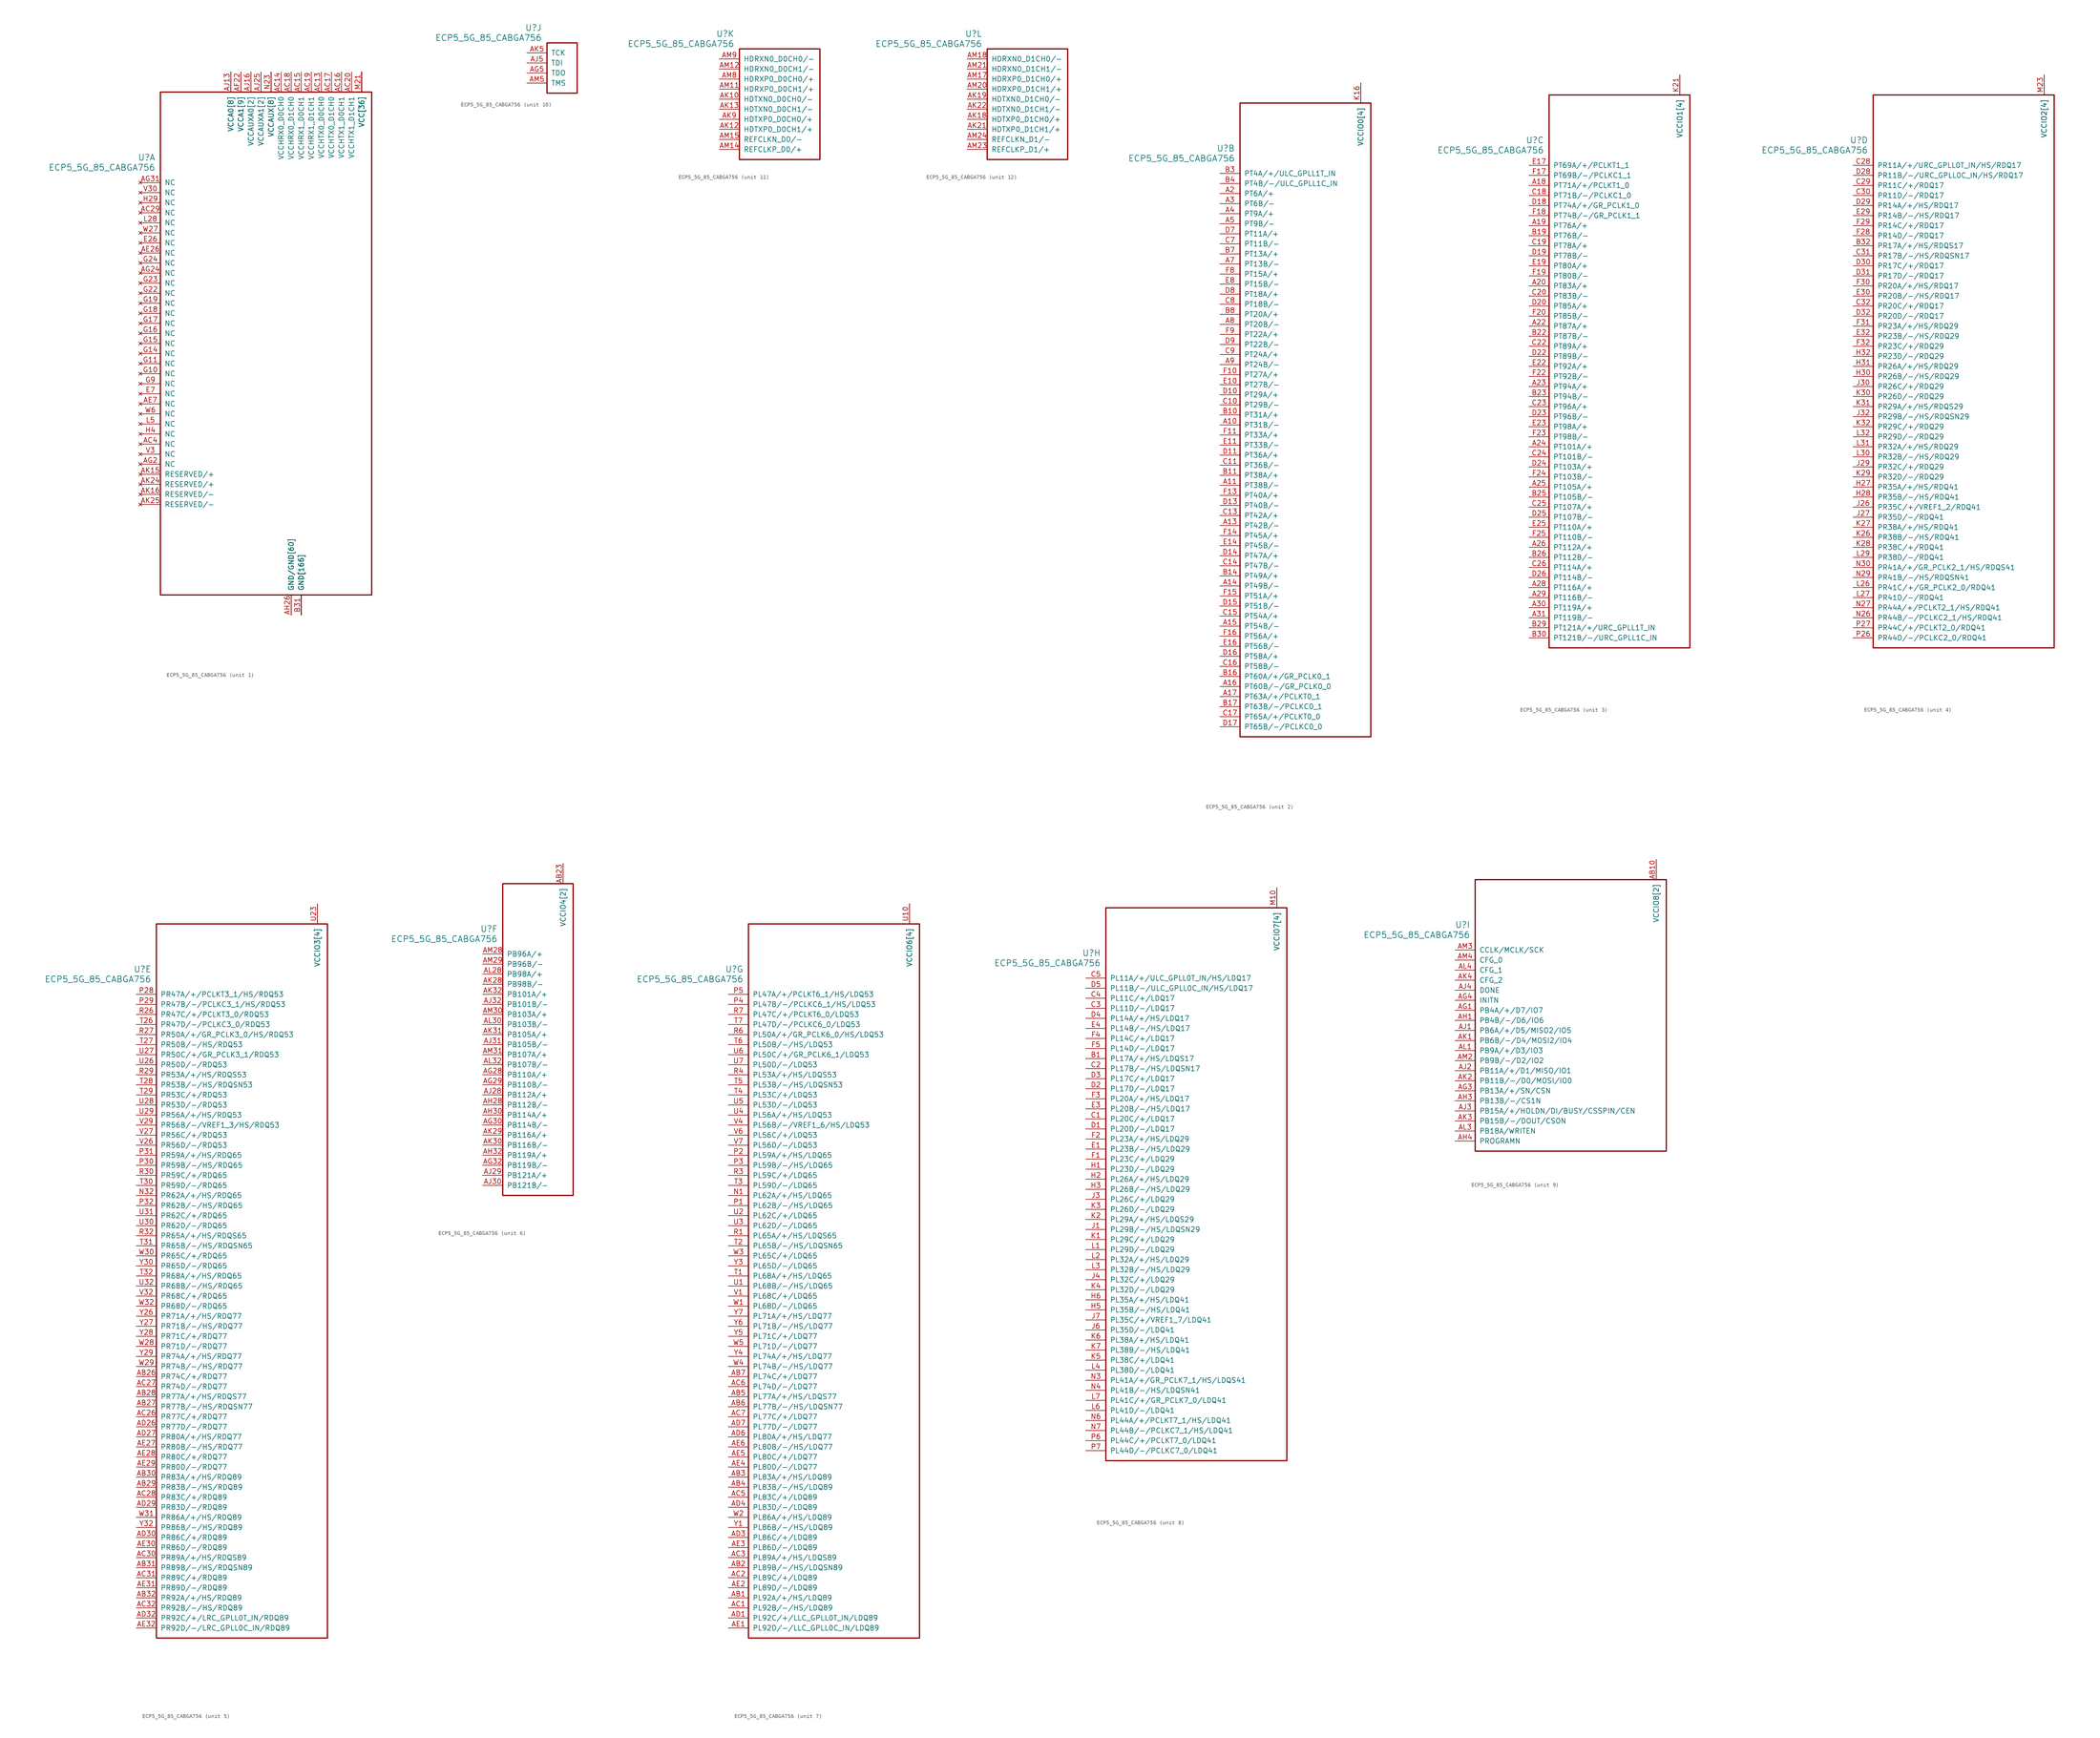
<source format=kicad_sym>
(kicad_symbol_lib
  (version 20241209)
  (generator "kicad_symbol_editor")
  (generator_version "9.0")
  (symbol "ECP5_5G_85_CABGA756"
    (pin_names
      (offset 1.016))
    (property "Reference" "U"
      (at 3.81 6.35 0)
      (effects (font (size 1.524 1.524)) (justify right)))
    (property "Value" "ECP5_5G_85_CABGA756"
      (at 3.81 3.81 0)
      (effects (font (size 1.524 1.524)) (justify right)))
    (property "ki_locked" ""
      (at 0 0 0)
      (effects (font (size 1.27 1.27))))
    (symbol "ECP5_5G_85_CABGA756_1_1"
      (rectangle (start 5.08 22.86) (end 58.42 -104.14) (stroke (width 0.305) (type solid)) (fill (type none)))
      (pin no_connect line (at 0 0 0) (length 5.08) (name "NC" (effects (font (size 1.27 1.27)))) (number "AG31" (effects (font (size 1.27 1.27)))))
      (pin no_connect line (at 0 -2.54 0) (length 5.08) (name "NC" (effects (font (size 1.27 1.27)))) (number "V30" (effects (font (size 1.27 1.27)))))
      (pin no_connect line (at 0 -5.08 0) (length 5.08) (name "NC" (effects (font (size 1.27 1.27)))) (number "H29" (effects (font (size 1.27 1.27)))))
      (pin no_connect line (at 0 -7.62 0) (length 5.08) (name "NC" (effects (font (size 1.27 1.27)))) (number "AC29" (effects (font (size 1.27 1.27)))))
      (pin no_connect line (at 0 -10.16 0) (length 5.08) (name "NC" (effects (font (size 1.27 1.27)))) (number "L28" (effects (font (size 1.27 1.27)))))
      (pin no_connect line (at 0 -12.7 0) (length 5.08) (name "NC" (effects (font (size 1.27 1.27)))) (number "W27" (effects (font (size 1.27 1.27)))))
      (pin no_connect line (at 0 -15.24 0) (length 5.08) (name "NC" (effects (font (size 1.27 1.27)))) (number "E26" (effects (font (size 1.27 1.27)))))
      (pin no_connect line (at 0 -17.78 0) (length 5.08) (name "NC" (effects (font (size 1.27 1.27)))) (number "AE26" (effects (font (size 1.27 1.27)))))
      (pin no_connect line (at 0 -20.32 0) (length 5.08) (name "NC" (effects (font (size 1.27 1.27)))) (number "G24" (effects (font (size 1.27 1.27)))))
      (pin no_connect line (at 0 -22.86 0) (length 5.08) (name "NC" (effects (font (size 1.27 1.27)))) (number "AG24" (effects (font (size 1.27 1.27)))))
      (pin no_connect line (at 0 -25.4 0) (length 5.08) (name "NC" (effects (font (size 1.27 1.27)))) (number "G23" (effects (font (size 1.27 1.27)))))
      (pin no_connect line (at 0 -27.94 0) (length 5.08) (name "NC" (effects (font (size 1.27 1.27)))) (number "G22" (effects (font (size 1.27 1.27)))))
      (pin no_connect line (at 0 -30.48 0) (length 5.08) (name "NC" (effects (font (size 1.27 1.27)))) (number "G19" (effects (font (size 1.27 1.27)))))
      (pin no_connect line (at 0 -33.02 0) (length 5.08) (name "NC" (effects (font (size 1.27 1.27)))) (number "G18" (effects (font (size 1.27 1.27)))))
      (pin no_connect line (at 0 -35.56 0) (length 5.08) (name "NC" (effects (font (size 1.27 1.27)))) (number "G17" (effects (font (size 1.27 1.27)))))
      (pin no_connect line (at 0 -38.1 0) (length 5.08) (name "NC" (effects (font (size 1.27 1.27)))) (number "G16" (effects (font (size 1.27 1.27)))))
      (pin no_connect line (at 0 -40.64 0) (length 5.08) (name "NC" (effects (font (size 1.27 1.27)))) (number "G15" (effects (font (size 1.27 1.27)))))
      (pin no_connect line (at 0 -43.18 0) (length 5.08) (name "NC" (effects (font (size 1.27 1.27)))) (number "G14" (effects (font (size 1.27 1.27)))))
      (pin no_connect line (at 0 -45.72 0) (length 5.08) (name "NC" (effects (font (size 1.27 1.27)))) (number "G11" (effects (font (size 1.27 1.27)))))
      (pin no_connect line (at 0 -48.26 0) (length 5.08) (name "NC" (effects (font (size 1.27 1.27)))) (number "G10" (effects (font (size 1.27 1.27)))))
      (pin no_connect line (at 0 -50.8 0) (length 5.08) (name "NC" (effects (font (size 1.27 1.27)))) (number "G9" (effects (font (size 1.27 1.27)))))
      (pin no_connect line (at 0 -53.34 0) (length 5.08) (name "NC" (effects (font (size 1.27 1.27)))) (number "E7" (effects (font (size 1.27 1.27)))))
      (pin no_connect line (at 0 -55.88 0) (length 5.08) (name "NC" (effects (font (size 1.27 1.27)))) (number "AE7" (effects (font (size 1.27 1.27)))))
      (pin no_connect line (at 0 -58.42 0) (length 5.08) (name "NC" (effects (font (size 1.27 1.27)))) (number "W6" (effects (font (size 1.27 1.27)))))
      (pin no_connect line (at 0 -60.96 0) (length 5.08) (name "NC" (effects (font (size 1.27 1.27)))) (number "L5" (effects (font (size 1.27 1.27)))))
      (pin no_connect line (at 0 -63.5 0) (length 5.08) (name "NC" (effects (font (size 1.27 1.27)))) (number "H4" (effects (font (size 1.27 1.27)))))
      (pin no_connect line (at 0 -66.04 0) (length 5.08) (name "NC" (effects (font (size 1.27 1.27)))) (number "AC4" (effects (font (size 1.27 1.27)))))
      (pin no_connect line (at 0 -68.58 0) (length 5.08) (name "NC" (effects (font (size 1.27 1.27)))) (number "V3" (effects (font (size 1.27 1.27)))))
      (pin no_connect line (at 0 -71.12 0) (length 5.08) (name "NC" (effects (font (size 1.27 1.27)))) (number "AG2" (effects (font (size 1.27 1.27)))))
      (pin no_connect line (at 0 -73.66 0) (length 5.08) (name "RESERVED/+" (effects (font (size 1.27 1.27)))) (number "AK15" (effects (font (size 1.27 1.27)))))
      (pin no_connect line (at 0 -76.2 0) (length 5.08) (name "RESERVED/+" (effects (font (size 1.27 1.27)))) (number "AK24" (effects (font (size 1.27 1.27)))))
      (pin no_connect line (at 0 -78.74 0) (length 5.08) (name "RESERVED/-" (effects (font (size 1.27 1.27)))) (number "AK16" (effects (font (size 1.27 1.27)))))
      (pin no_connect line (at 0 -81.28 0) (length 5.08) (name "RESERVED/-" (effects (font (size 1.27 1.27)))) (number "AK25" (effects (font (size 1.27 1.27)))))
      (pin power_in line (at 22.86 27.94 270) (length 5.08) (name "VCCA0[8]" (effects (font (size 1.27 1.27)))) (number "AG12" (effects (font (size 0 0)))))
      (pin power_in line (at 22.86 27.94 270) (length 5.08) (name "VCCA0[8]" (effects (font (size 1.27 1.27)))) (number "AG9" (effects (font (size 0 0)))))
      (pin power_in line (at 22.86 27.94 270) (length 5.08) (name "VCCA0[8]" (effects (font (size 1.27 1.27)))) (number "AH12" (effects (font (size 0 0)))))
      (pin power_in line (at 22.86 27.94 270) (length 5.08) (name "VCCA0[8]" (effects (font (size 1.27 1.27)))) (number "AH9" (effects (font (size 0 0)))))
      (pin power_in line (at 22.86 27.94 270) (length 5.08) (name "VCCA0[8]" (effects (font (size 1.27 1.27)))) (number "AJ10" (effects (font (size 0 0)))))
      (pin power_in line (at 22.86 27.94 270) (length 5.08) (name "VCCA0[8]" (effects (font (size 1.27 1.27)))) (number "AJ12" (effects (font (size 0 0)))))
      (pin power_in line (at 22.86 27.94 270) (length 5.08) (name "VCCA0[8]" (effects (font (size 1.27 1.27)))) (number "AJ13" (effects (font (size 1.27 1.27)))))
      (pin power_in line (at 22.86 27.94 270) (length 5.08) (name "VCCA0[8]" (effects (font (size 1.27 1.27)))) (number "AJ9" (effects (font (size 0 0)))))
      (pin power_in line (at 25.4 27.94 270) (length 5.08) (name "VCCA1[9]" (effects (font (size 1.27 1.27)))) (number "AF22" (effects (font (size 1.27 1.27)))))
      (pin power_in line (at 25.4 27.94 270) (length 5.08) (name "VCCA1[9]" (effects (font (size 1.27 1.27)))) (number "AG19" (effects (font (size 0 0)))))
      (pin power_in line (at 25.4 27.94 270) (length 5.08) (name "VCCA1[9]" (effects (font (size 1.27 1.27)))) (number "AG22" (effects (font (size 0 0)))))
      (pin power_in line (at 25.4 27.94 270) (length 5.08) (name "VCCA1[9]" (effects (font (size 1.27 1.27)))) (number "AH19" (effects (font (size 0 0)))))
      (pin power_in line (at 25.4 27.94 270) (length 5.08) (name "VCCA1[9]" (effects (font (size 1.27 1.27)))) (number "AH22" (effects (font (size 0 0)))))
      (pin power_in line (at 25.4 27.94 270) (length 5.08) (name "VCCA1[9]" (effects (font (size 1.27 1.27)))) (number "AJ18" (effects (font (size 0 0)))))
      (pin power_in line (at 25.4 27.94 270) (length 5.08) (name "VCCA1[9]" (effects (font (size 1.27 1.27)))) (number "AJ19" (effects (font (size 0 0)))))
      (pin power_in line (at 25.4 27.94 270) (length 5.08) (name "VCCA1[9]" (effects (font (size 1.27 1.27)))) (number "AJ21" (effects (font (size 0 0)))))
      (pin power_in line (at 25.4 27.94 270) (length 5.08) (name "VCCA1[9]" (effects (font (size 1.27 1.27)))) (number "AJ22" (effects (font (size 0 0)))))
      (pin power_in line (at 27.94 27.94 270) (length 5.08) (name "VCCAUXA0[2]" (effects (font (size 1.27 1.27)))) (number "AJ15" (effects (font (size 0 0)))))
      (pin power_in line (at 27.94 27.94 270) (length 5.08) (name "VCCAUXA0[2]" (effects (font (size 1.27 1.27)))) (number "AJ16" (effects (font (size 1.27 1.27)))))
      (pin power_in line (at 30.48 27.94 270) (length 5.08) (name "VCCAUXA1[2]" (effects (font (size 1.27 1.27)))) (number "AJ24" (effects (font (size 0 0)))))
      (pin power_in line (at 30.48 27.94 270) (length 5.08) (name "VCCAUXA1[2]" (effects (font (size 1.27 1.27)))) (number "AJ25" (effects (font (size 1.27 1.27)))))
      (pin power_in line (at 33.02 27.94 270) (length 5.08) (name "VCCAUX[8]" (effects (font (size 1.27 1.27)))) (number "AC11" (effects (font (size 0 0)))))
      (pin power_in line (at 33.02 27.94 270) (length 5.08) (name "VCCAUX[8]" (effects (font (size 1.27 1.27)))) (number "AC22" (effects (font (size 0 0)))))
      (pin power_in line (at 33.02 27.94 270) (length 5.08) (name "VCCAUX[8]" (effects (font (size 1.27 1.27)))) (number "K13" (effects (font (size 0 0)))))
      (pin power_in line (at 33.02 27.94 270) (length 5.08) (name "VCCAUX[8]" (effects (font (size 1.27 1.27)))) (number "K20" (effects (font (size 0 0)))))
      (pin power_in line (at 33.02 27.94 270) (length 5.08) (name "VCCAUX[8]" (effects (font (size 1.27 1.27)))) (number "N10" (effects (font (size 0 0)))))
      (pin power_in line (at 33.02 27.94 270) (length 5.08) (name "VCCAUX[8]" (effects (font (size 1.27 1.27)))) (number "N23" (effects (font (size 1.27 1.27)))))
      (pin power_in line (at 33.02 27.94 270) (length 5.08) (name "VCCAUX[8]" (effects (font (size 1.27 1.27)))) (number "Y10" (effects (font (size 0 0)))))
      (pin power_in line (at 33.02 27.94 270) (length 5.08) (name "VCCAUX[8]" (effects (font (size 1.27 1.27)))) (number "Y23" (effects (font (size 0 0)))))
      (pin power_in line (at 35.56 27.94 270) (length 5.08) (name "VCCHRX0_D0CH0" (effects (font (size 1.27 1.27)))) (number "AC14" (effects (font (size 1.27 1.27)))))
      (pin power_in line (at 38.1 27.94 270) (length 5.08) (name "VCCHRX0_D1CH0" (effects (font (size 1.27 1.27)))) (number "AC18" (effects (font (size 1.27 1.27)))))
      (pin power_in line (at 38.1 -109.22 90) (length 5.08) (name "GND/GND[60]" (effects (font (size 1.27 1.27)))) (number "AF11" (effects (font (size 0 0)))))
      (pin power_in line (at 38.1 -109.22 90) (length 5.08) (name "GND/GND[60]" (effects (font (size 1.27 1.27)))) (number "AF12" (effects (font (size 0 0)))))
      (pin power_in line (at 38.1 -109.22 90) (length 5.08) (name "GND/GND[60]" (effects (font (size 1.27 1.27)))) (number "AF14" (effects (font (size 0 0)))))
      (pin power_in line (at 38.1 -109.22 90) (length 5.08) (name "GND/GND[60]" (effects (font (size 1.27 1.27)))) (number "AF15" (effects (font (size 0 0)))))
      (pin power_in line (at 38.1 -109.22 90) (length 5.08) (name "GND/GND[60]" (effects (font (size 1.27 1.27)))) (number "AF16" (effects (font (size 0 0)))))
      (pin power_in line (at 38.1 -109.22 90) (length 5.08) (name "GND/GND[60]" (effects (font (size 1.27 1.27)))) (number "AF17" (effects (font (size 0 0)))))
      (pin power_in line (at 38.1 -109.22 90) (length 5.08) (name "GND/GND[60]" (effects (font (size 1.27 1.27)))) (number "AF19" (effects (font (size 0 0)))))
      (pin power_in line (at 38.1 -109.22 90) (length 5.08) (name "GND/GND[60]" (effects (font (size 1.27 1.27)))) (number "AF20" (effects (font (size 0 0)))))
      (pin power_in line (at 38.1 -109.22 90) (length 5.08) (name "GND/GND[60]" (effects (font (size 1.27 1.27)))) (number "AF23" (effects (font (size 0 0)))))
      (pin power_in line (at 38.1 -109.22 90) (length 5.08) (name "GND/GND[60]" (effects (font (size 1.27 1.27)))) (number "AG11" (effects (font (size 0 0)))))
      (pin power_in line (at 38.1 -109.22 90) (length 5.08) (name "GND/GND[60]" (effects (font (size 1.27 1.27)))) (number "AG14" (effects (font (size 0 0)))))
      (pin power_in line (at 38.1 -109.22 90) (length 5.08) (name "GND/GND[60]" (effects (font (size 1.27 1.27)))) (number "AG15" (effects (font (size 0 0)))))
      (pin power_in line (at 38.1 -109.22 90) (length 5.08) (name "GND/GND[60]" (effects (font (size 1.27 1.27)))) (number "AG16" (effects (font (size 0 0)))))
      (pin power_in line (at 38.1 -109.22 90) (length 5.08) (name "GND/GND[60]" (effects (font (size 1.27 1.27)))) (number "AG17" (effects (font (size 0 0)))))
      (pin power_in line (at 38.1 -109.22 90) (length 5.08) (name "GND/GND[60]" (effects (font (size 1.27 1.27)))) (number "AG20" (effects (font (size 0 0)))))
      (pin power_in line (at 38.1 -109.22 90) (length 5.08) (name "GND/GND[60]" (effects (font (size 1.27 1.27)))) (number "AG23" (effects (font (size 0 0)))))
      (pin power_in line (at 38.1 -109.22 90) (length 5.08) (name "GND/GND[60]" (effects (font (size 1.27 1.27)))) (number "AH11" (effects (font (size 0 0)))))
      (pin power_in line (at 38.1 -109.22 90) (length 5.08) (name "GND/GND[60]" (effects (font (size 1.27 1.27)))) (number "AH14" (effects (font (size 0 0)))))
      (pin power_in line (at 38.1 -109.22 90) (length 5.08) (name "GND/GND[60]" (effects (font (size 1.27 1.27)))) (number "AH15" (effects (font (size 0 0)))))
      (pin power_in line (at 38.1 -109.22 90) (length 5.08) (name "GND/GND[60]" (effects (font (size 1.27 1.27)))) (number "AH16" (effects (font (size 0 0)))))
      (pin power_in line (at 38.1 -109.22 90) (length 5.08) (name "GND/GND[60]" (effects (font (size 1.27 1.27)))) (number "AH17" (effects (font (size 0 0)))))
      (pin power_in line (at 38.1 -109.22 90) (length 5.08) (name "GND/GND[60]" (effects (font (size 1.27 1.27)))) (number "AH20" (effects (font (size 0 0)))))
      (pin power_in line (at 38.1 -109.22 90) (length 5.08) (name "GND/GND[60]" (effects (font (size 1.27 1.27)))) (number "AH23" (effects (font (size 0 0)))))
      (pin power_in line (at 38.1 -109.22 90) (length 5.08) (name "GND/GND[60]" (effects (font (size 1.27 1.27)))) (number "AH24" (effects (font (size 0 0)))))
      (pin power_in line (at 38.1 -109.22 90) (length 5.08) (name "GND/GND[60]" (effects (font (size 1.27 1.27)))) (number "AH25" (effects (font (size 0 0)))))
      (pin power_in line (at 38.1 -109.22 90) (length 5.08) (name "GND/GND[60]" (effects (font (size 1.27 1.27)))) (number "AH26" (effects (font (size 1.27 1.27)))))
      (pin power_in line (at 38.1 -109.22 90) (length 5.08) (name "GND/GND[60]" (effects (font (size 1.27 1.27)))) (number "AH7" (effects (font (size 0 0)))))
      (pin power_in line (at 38.1 -109.22 90) (length 5.08) (name "GND/GND[60]" (effects (font (size 1.27 1.27)))) (number "AH8" (effects (font (size 0 0)))))
      (pin power_in line (at 38.1 -109.22 90) (length 5.08) (name "GND/GND[60]" (effects (font (size 1.27 1.27)))) (number "AJ11" (effects (font (size 0 0)))))
      (pin power_in line (at 38.1 -109.22 90) (length 5.08) (name "GND/GND[60]" (effects (font (size 1.27 1.27)))) (number "AJ14" (effects (font (size 0 0)))))
      (pin power_in line (at 38.1 -109.22 90) (length 5.08) (name "GND/GND[60]" (effects (font (size 1.27 1.27)))) (number "AJ17" (effects (font (size 0 0)))))
      (pin power_in line (at 38.1 -109.22 90) (length 5.08) (name "GND/GND[60]" (effects (font (size 1.27 1.27)))) (number "AJ20" (effects (font (size 0 0)))))
      (pin power_in line (at 38.1 -109.22 90) (length 5.08) (name "GND/GND[60]" (effects (font (size 1.27 1.27)))) (number "AJ23" (effects (font (size 0 0)))))
      (pin power_in line (at 38.1 -109.22 90) (length 5.08) (name "GND/GND[60]" (effects (font (size 1.27 1.27)))) (number "AJ26" (effects (font (size 0 0)))))
      (pin power_in line (at 38.1 -109.22 90) (length 5.08) (name "GND/GND[60]" (effects (font (size 1.27 1.27)))) (number "AJ7" (effects (font (size 0 0)))))
      (pin power_in line (at 38.1 -109.22 90) (length 5.08) (name "GND/GND[60]" (effects (font (size 1.27 1.27)))) (number "AJ8" (effects (font (size 0 0)))))
      (pin power_in line (at 38.1 -109.22 90) (length 5.08) (name "GND/GND[60]" (effects (font (size 1.27 1.27)))) (number "AK11" (effects (font (size 0 0)))))
      (pin power_in line (at 38.1 -109.22 90) (length 5.08) (name "GND/GND[60]" (effects (font (size 1.27 1.27)))) (number "AK14" (effects (font (size 0 0)))))
      (pin power_in line (at 38.1 -109.22 90) (length 5.08) (name "GND/GND[60]" (effects (font (size 1.27 1.27)))) (number "AK17" (effects (font (size 0 0)))))
      (pin power_in line (at 38.1 -109.22 90) (length 5.08) (name "GND/GND[60]" (effects (font (size 1.27 1.27)))) (number "AK20" (effects (font (size 0 0)))))
      (pin power_in line (at 38.1 -109.22 90) (length 5.08) (name "GND/GND[60]" (effects (font (size 1.27 1.27)))) (number "AK23" (effects (font (size 0 0)))))
      (pin power_in line (at 38.1 -109.22 90) (length 5.08) (name "GND/GND[60]" (effects (font (size 1.27 1.27)))) (number "AK26" (effects (font (size 0 0)))))
      (pin power_in line (at 38.1 -109.22 90) (length 5.08) (name "GND/GND[60]" (effects (font (size 1.27 1.27)))) (number "AK7" (effects (font (size 0 0)))))
      (pin power_in line (at 38.1 -109.22 90) (length 5.08) (name "GND/GND[60]" (effects (font (size 1.27 1.27)))) (number "AK8" (effects (font (size 0 0)))))
      (pin power_in line (at 38.1 -109.22 90) (length 5.08) (name "GND/GND[60]" (effects (font (size 1.27 1.27)))) (number "AL11" (effects (font (size 0 0)))))
      (pin power_in line (at 38.1 -109.22 90) (length 5.08) (name "GND/GND[60]" (effects (font (size 1.27 1.27)))) (number "AL12" (effects (font (size 0 0)))))
      (pin power_in line (at 38.1 -109.22 90) (length 5.08) (name "GND/GND[60]" (effects (font (size 1.27 1.27)))) (number "AL14" (effects (font (size 0 0)))))
      (pin power_in line (at 38.1 -109.22 90) (length 5.08) (name "GND/GND[60]" (effects (font (size 1.27 1.27)))) (number "AL15" (effects (font (size 0 0)))))
      (pin power_in line (at 38.1 -109.22 90) (length 5.08) (name "GND/GND[60]" (effects (font (size 1.27 1.27)))) (number "AL17" (effects (font (size 0 0)))))
      (pin power_in line (at 38.1 -109.22 90) (length 5.08) (name "GND/GND[60]" (effects (font (size 1.27 1.27)))) (number "AL18" (effects (font (size 0 0)))))
      (pin power_in line (at 38.1 -109.22 90) (length 5.08) (name "GND/GND[60]" (effects (font (size 1.27 1.27)))) (number "AL20" (effects (font (size 0 0)))))
      (pin power_in line (at 38.1 -109.22 90) (length 5.08) (name "GND/GND[60]" (effects (font (size 1.27 1.27)))) (number "AL21" (effects (font (size 0 0)))))
      (pin power_in line (at 38.1 -109.22 90) (length 5.08) (name "GND/GND[60]" (effects (font (size 1.27 1.27)))) (number "AL23" (effects (font (size 0 0)))))
      (pin power_in line (at 38.1 -109.22 90) (length 5.08) (name "GND/GND[60]" (effects (font (size 1.27 1.27)))) (number "AL24" (effects (font (size 0 0)))))
      (pin power_in line (at 38.1 -109.22 90) (length 5.08) (name "GND/GND[60]" (effects (font (size 1.27 1.27)))) (number "AL26" (effects (font (size 0 0)))))
      (pin power_in line (at 38.1 -109.22 90) (length 5.08) (name "GND/GND[60]" (effects (font (size 1.27 1.27)))) (number "AL7" (effects (font (size 0 0)))))
      (pin power_in line (at 38.1 -109.22 90) (length 5.08) (name "GND/GND[60]" (effects (font (size 1.27 1.27)))) (number "AL8" (effects (font (size 0 0)))))
      (pin power_in line (at 38.1 -109.22 90) (length 5.08) (name "GND/GND[60]" (effects (font (size 1.27 1.27)))) (number "AL9" (effects (font (size 0 0)))))
      (pin power_in line (at 38.1 -109.22 90) (length 5.08) (name "GND/GND[60]" (effects (font (size 1.27 1.27)))) (number "AM26" (effects (font (size 0 0)))))
      (pin power_in line (at 38.1 -109.22 90) (length 5.08) (name "GND/GND[60]" (effects (font (size 1.27 1.27)))) (number "AM7" (effects (font (size 0 0)))))
      (pin power_in line (at 40.64 27.94 270) (length 5.08) (name "VCCHRX1_D0CH1" (effects (font (size 1.27 1.27)))) (number "AC15" (effects (font (size 1.27 1.27)))))
      (pin power_in line (at 40.64 -109.22 90) (length 5.08) (name "GND[166]" (effects (font (size 1.27 1.27)))) (number "AA11" (effects (font (size 0 0)))))
      (pin power_in line (at 40.64 -109.22 90) (length 5.08) (name "GND[166]" (effects (font (size 1.27 1.27)))) (number "AA22" (effects (font (size 0 0)))))
      (pin power_in line (at 40.64 -109.22 90) (length 5.08) (name "GND[166]" (effects (font (size 1.27 1.27)))) (number "AB11" (effects (font (size 0 0)))))
      (pin power_in line (at 40.64 -109.22 90) (length 5.08) (name "GND[166]" (effects (font (size 1.27 1.27)))) (number "AB12" (effects (font (size 0 0)))))
      (pin power_in line (at 40.64 -109.22 90) (length 5.08) (name "GND[166]" (effects (font (size 1.27 1.27)))) (number "AB13" (effects (font (size 0 0)))))
      (pin power_in line (at 40.64 -109.22 90) (length 5.08) (name "GND[166]" (effects (font (size 1.27 1.27)))) (number "AB14" (effects (font (size 0 0)))))
      (pin power_in line (at 40.64 -109.22 90) (length 5.08) (name "GND[166]" (effects (font (size 1.27 1.27)))) (number "AB15" (effects (font (size 0 0)))))
      (pin power_in line (at 40.64 -109.22 90) (length 5.08) (name "GND[166]" (effects (font (size 1.27 1.27)))) (number "AB16" (effects (font (size 0 0)))))
      (pin power_in line (at 40.64 -109.22 90) (length 5.08) (name "GND[166]" (effects (font (size 1.27 1.27)))) (number "AB17" (effects (font (size 0 0)))))
      (pin power_in line (at 40.64 -109.22 90) (length 5.08) (name "GND[166]" (effects (font (size 1.27 1.27)))) (number "AB18" (effects (font (size 0 0)))))
      (pin power_in line (at 40.64 -109.22 90) (length 5.08) (name "GND[166]" (effects (font (size 1.27 1.27)))) (number "AB19" (effects (font (size 0 0)))))
      (pin power_in line (at 40.64 -109.22 90) (length 5.08) (name "GND[166]" (effects (font (size 1.27 1.27)))) (number "AB20" (effects (font (size 0 0)))))
      (pin power_in line (at 40.64 -109.22 90) (length 5.08) (name "GND[166]" (effects (font (size 1.27 1.27)))) (number "AB21" (effects (font (size 0 0)))))
      (pin power_in line (at 40.64 -109.22 90) (length 5.08) (name "GND[166]" (effects (font (size 1.27 1.27)))) (number "AB22" (effects (font (size 0 0)))))
      (pin power_in line (at 40.64 -109.22 90) (length 5.08) (name "GND[166]" (effects (font (size 1.27 1.27)))) (number "AC12" (effects (font (size 0 0)))))
      (pin power_in line (at 40.64 -109.22 90) (length 5.08) (name "GND[166]" (effects (font (size 1.27 1.27)))) (number "AC21" (effects (font (size 0 0)))))
      (pin power_in line (at 40.64 -109.22 90) (length 5.08) (name "GND[166]" (effects (font (size 1.27 1.27)))) (number "AD2" (effects (font (size 0 0)))))
      (pin power_in line (at 40.64 -109.22 90) (length 5.08) (name "GND[166]" (effects (font (size 1.27 1.27)))) (number "AD28" (effects (font (size 0 0)))))
      (pin power_in line (at 40.64 -109.22 90) (length 5.08) (name "GND[166]" (effects (font (size 1.27 1.27)))) (number "AD31" (effects (font (size 0 0)))))
      (pin power_in line (at 40.64 -109.22 90) (length 5.08) (name "GND[166]" (effects (font (size 1.27 1.27)))) (number "AD5" (effects (font (size 0 0)))))
      (pin power_in line (at 40.64 -109.22 90) (length 5.08) (name "GND[166]" (effects (font (size 1.27 1.27)))) (number "AH2" (effects (font (size 0 0)))))
      (pin power_in line (at 40.64 -109.22 90) (length 5.08) (name "GND[166]" (effects (font (size 1.27 1.27)))) (number "AH29" (effects (font (size 0 0)))))
      (pin power_in line (at 40.64 -109.22 90) (length 5.08) (name "GND[166]" (effects (font (size 1.27 1.27)))) (number "AH31" (effects (font (size 0 0)))))
      (pin power_in line (at 40.64 -109.22 90) (length 5.08) (name "GND[166]" (effects (font (size 1.27 1.27)))) (number "AH5" (effects (font (size 0 0)))))
      (pin power_in line (at 40.64 -109.22 90) (length 5.08) (name "GND[166]" (effects (font (size 1.27 1.27)))) (number "AL2" (effects (font (size 0 0)))))
      (pin power_in line (at 40.64 -109.22 90) (length 5.08) (name "GND[166]" (effects (font (size 1.27 1.27)))) (number "AL29" (effects (font (size 0 0)))))
      (pin power_in line (at 40.64 -109.22 90) (length 5.08) (name "GND[166]" (effects (font (size 1.27 1.27)))) (number "AL31" (effects (font (size 0 0)))))
      (pin power_in line (at 40.64 -109.22 90) (length 5.08) (name "GND[166]" (effects (font (size 1.27 1.27)))) (number "AL5" (effects (font (size 0 0)))))
      (pin power_in line (at 40.64 -109.22 90) (length 5.08) (name "GND[166]" (effects (font (size 1.27 1.27)))) (number "B13" (effects (font (size 0 0)))))
      (pin power_in line (at 40.64 -109.22 90) (length 5.08) (name "GND[166]" (effects (font (size 1.27 1.27)))) (number "B15" (effects (font (size 0 0)))))
      (pin power_in line (at 40.64 -109.22 90) (length 5.08) (name "GND[166]" (effects (font (size 1.27 1.27)))) (number "B18" (effects (font (size 0 0)))))
      (pin power_in line (at 40.64 -109.22 90) (length 5.08) (name "GND[166]" (effects (font (size 1.27 1.27)))) (number "B2" (effects (font (size 0 0)))))
      (pin power_in line (at 40.64 -109.22 90) (length 5.08) (name "GND[166]" (effects (font (size 1.27 1.27)))) (number "B20" (effects (font (size 0 0)))))
      (pin power_in line (at 40.64 -109.22 90) (length 5.08) (name "GND[166]" (effects (font (size 1.27 1.27)))) (number "B24" (effects (font (size 0 0)))))
      (pin power_in line (at 40.64 -109.22 90) (length 5.08) (name "GND[166]" (effects (font (size 1.27 1.27)))) (number "B28" (effects (font (size 0 0)))))
      (pin power_in line (at 40.64 -109.22 90) (length 5.08) (name "GND[166]" (effects (font (size 1.27 1.27)))) (number "B31" (effects (font (size 1.27 1.27)))))
      (pin power_in line (at 40.64 -109.22 90) (length 5.08) (name "GND[166]" (effects (font (size 1.27 1.27)))) (number "B5" (effects (font (size 0 0)))))
      (pin power_in line (at 40.64 -109.22 90) (length 5.08) (name "GND[166]" (effects (font (size 1.27 1.27)))) (number "B9" (effects (font (size 0 0)))))
      (pin power_in line (at 40.64 -109.22 90) (length 5.08) (name "GND[166]" (effects (font (size 1.27 1.27)))) (number "E13" (effects (font (size 0 0)))))
      (pin power_in line (at 40.64 -109.22 90) (length 5.08) (name "GND[166]" (effects (font (size 1.27 1.27)))) (number "E15" (effects (font (size 0 0)))))
      (pin power_in line (at 40.64 -109.22 90) (length 5.08) (name "GND[166]" (effects (font (size 1.27 1.27)))) (number "E18" (effects (font (size 0 0)))))
      (pin power_in line (at 40.64 -109.22 90) (length 5.08) (name "GND[166]" (effects (font (size 1.27 1.27)))) (number "E2" (effects (font (size 0 0)))))
      (pin power_in line (at 40.64 -109.22 90) (length 5.08) (name "GND[166]" (effects (font (size 1.27 1.27)))) (number "E20" (effects (font (size 0 0)))))
      (pin power_in line (at 40.64 -109.22 90) (length 5.08) (name "GND[166]" (effects (font (size 1.27 1.27)))) (number "E24" (effects (font (size 0 0)))))
      (pin power_in line (at 40.64 -109.22 90) (length 5.08) (name "GND[166]" (effects (font (size 1.27 1.27)))) (number "E28" (effects (font (size 0 0)))))
      (pin power_in line (at 40.64 -109.22 90) (length 5.08) (name "GND[166]" (effects (font (size 1.27 1.27)))) (number "E31" (effects (font (size 0 0)))))
      (pin power_in line (at 40.64 -109.22 90) (length 5.08) (name "GND[166]" (effects (font (size 1.27 1.27)))) (number "E5" (effects (font (size 0 0)))))
      (pin power_in line (at 40.64 -109.22 90) (length 5.08) (name "GND[166]" (effects (font (size 1.27 1.27)))) (number "E9" (effects (font (size 0 0)))))
      (pin power_in line (at 40.64 -109.22 90) (length 5.08) (name "GND[166]" (effects (font (size 1.27 1.27)))) (number "J2" (effects (font (size 0 0)))))
      (pin power_in line (at 40.64 -109.22 90) (length 5.08) (name "GND[166]" (effects (font (size 1.27 1.27)))) (number "J28" (effects (font (size 0 0)))))
      (pin power_in line (at 40.64 -109.22 90) (length 5.08) (name "GND[166]" (effects (font (size 1.27 1.27)))) (number "J31" (effects (font (size 0 0)))))
      (pin power_in line (at 40.64 -109.22 90) (length 5.08) (name "GND[166]" (effects (font (size 1.27 1.27)))) (number "J5" (effects (font (size 0 0)))))
      (pin power_in line (at 40.64 -109.22 90) (length 5.08) (name "GND[166]" (effects (font (size 1.27 1.27)))) (number "K10" (effects (font (size 0 0)))))
      (pin power_in line (at 40.64 -109.22 90) (length 5.08) (name "GND[166]" (effects (font (size 1.27 1.27)))) (number "K11" (effects (font (size 0 0)))))
      (pin power_in line (at 40.64 -109.22 90) (length 5.08) (name "GND[166]" (effects (font (size 1.27 1.27)))) (number "K22" (effects (font (size 0 0)))))
      (pin power_in line (at 40.64 -109.22 90) (length 5.08) (name "GND[166]" (effects (font (size 1.27 1.27)))) (number "K23" (effects (font (size 0 0)))))
      (pin power_in line (at 40.64 -109.22 90) (length 5.08) (name "GND[166]" (effects (font (size 1.27 1.27)))) (number "L10" (effects (font (size 0 0)))))
      (pin power_in line (at 40.64 -109.22 90) (length 5.08) (name "GND[166]" (effects (font (size 1.27 1.27)))) (number "L11" (effects (font (size 0 0)))))
      (pin power_in line (at 40.64 -109.22 90) (length 5.08) (name "GND[166]" (effects (font (size 1.27 1.27)))) (number "L12" (effects (font (size 0 0)))))
      (pin power_in line (at 40.64 -109.22 90) (length 5.08) (name "GND[166]" (effects (font (size 1.27 1.27)))) (number "L13" (effects (font (size 0 0)))))
      (pin power_in line (at 40.64 -109.22 90) (length 5.08) (name "GND[166]" (effects (font (size 1.27 1.27)))) (number "L14" (effects (font (size 0 0)))))
      (pin power_in line (at 40.64 -109.22 90) (length 5.08) (name "GND[166]" (effects (font (size 1.27 1.27)))) (number "L15" (effects (font (size 0 0)))))
      (pin power_in line (at 40.64 -109.22 90) (length 5.08) (name "GND[166]" (effects (font (size 1.27 1.27)))) (number "L16" (effects (font (size 0 0)))))
      (pin power_in line (at 40.64 -109.22 90) (length 5.08) (name "GND[166]" (effects (font (size 1.27 1.27)))) (number "L17" (effects (font (size 0 0)))))
      (pin power_in line (at 40.64 -109.22 90) (length 5.08) (name "GND[166]" (effects (font (size 1.27 1.27)))) (number "L18" (effects (font (size 0 0)))))
      (pin power_in line (at 40.64 -109.22 90) (length 5.08) (name "GND[166]" (effects (font (size 1.27 1.27)))) (number "L19" (effects (font (size 0 0)))))
      (pin power_in line (at 40.64 -109.22 90) (length 5.08) (name "GND[166]" (effects (font (size 1.27 1.27)))) (number "L20" (effects (font (size 0 0)))))
      (pin power_in line (at 40.64 -109.22 90) (length 5.08) (name "GND[166]" (effects (font (size 1.27 1.27)))) (number "L21" (effects (font (size 0 0)))))
      (pin power_in line (at 40.64 -109.22 90) (length 5.08) (name "GND[166]" (effects (font (size 1.27 1.27)))) (number "L22" (effects (font (size 0 0)))))
      (pin power_in line (at 40.64 -109.22 90) (length 5.08) (name "GND[166]" (effects (font (size 1.27 1.27)))) (number "L23" (effects (font (size 0 0)))))
      (pin power_in line (at 40.64 -109.22 90) (length 5.08) (name "GND[166]" (effects (font (size 1.27 1.27)))) (number "M11" (effects (font (size 0 0)))))
      (pin power_in line (at 40.64 -109.22 90) (length 5.08) (name "GND[166]" (effects (font (size 1.27 1.27)))) (number "M22" (effects (font (size 0 0)))))
      (pin power_in line (at 40.64 -109.22 90) (length 5.08) (name "GND[166]" (effects (font (size 1.27 1.27)))) (number "N11" (effects (font (size 0 0)))))
      (pin power_in line (at 40.64 -109.22 90) (length 5.08) (name "GND[166]" (effects (font (size 1.27 1.27)))) (number "N13" (effects (font (size 0 0)))))
      (pin power_in line (at 40.64 -109.22 90) (length 5.08) (name "GND[166]" (effects (font (size 1.27 1.27)))) (number "N14" (effects (font (size 0 0)))))
      (pin power_in line (at 40.64 -109.22 90) (length 5.08) (name "GND[166]" (effects (font (size 1.27 1.27)))) (number "N15" (effects (font (size 0 0)))))
      (pin power_in line (at 40.64 -109.22 90) (length 5.08) (name "GND[166]" (effects (font (size 1.27 1.27)))) (number "N16" (effects (font (size 0 0)))))
      (pin power_in line (at 40.64 -109.22 90) (length 5.08) (name "GND[166]" (effects (font (size 1.27 1.27)))) (number "N17" (effects (font (size 0 0)))))
      (pin power_in line (at 40.64 -109.22 90) (length 5.08) (name "GND[166]" (effects (font (size 1.27 1.27)))) (number "N18" (effects (font (size 0 0)))))
      (pin power_in line (at 40.64 -109.22 90) (length 5.08) (name "GND[166]" (effects (font (size 1.27 1.27)))) (number "N19" (effects (font (size 0 0)))))
      (pin power_in line (at 40.64 -109.22 90) (length 5.08) (name "GND[166]" (effects (font (size 1.27 1.27)))) (number "N2" (effects (font (size 0 0)))))
      (pin power_in line (at 40.64 -109.22 90) (length 5.08) (name "GND[166]" (effects (font (size 1.27 1.27)))) (number "N20" (effects (font (size 0 0)))))
      (pin power_in line (at 40.64 -109.22 90) (length 5.08) (name "GND[166]" (effects (font (size 1.27 1.27)))) (number "N22" (effects (font (size 0 0)))))
      (pin power_in line (at 40.64 -109.22 90) (length 5.08) (name "GND[166]" (effects (font (size 1.27 1.27)))) (number "N28" (effects (font (size 0 0)))))
      (pin power_in line (at 40.64 -109.22 90) (length 5.08) (name "GND[166]" (effects (font (size 1.27 1.27)))) (number "N31" (effects (font (size 0 0)))))
      (pin power_in line (at 40.64 -109.22 90) (length 5.08) (name "GND[166]" (effects (font (size 1.27 1.27)))) (number "N5" (effects (font (size 0 0)))))
      (pin power_in line (at 40.64 -109.22 90) (length 5.08) (name "GND[166]" (effects (font (size 1.27 1.27)))) (number "P11" (effects (font (size 0 0)))))
      (pin power_in line (at 40.64 -109.22 90) (length 5.08) (name "GND[166]" (effects (font (size 1.27 1.27)))) (number "P13" (effects (font (size 0 0)))))
      (pin power_in line (at 40.64 -109.22 90) (length 5.08) (name "GND[166]" (effects (font (size 1.27 1.27)))) (number "P14" (effects (font (size 0 0)))))
      (pin power_in line (at 40.64 -109.22 90) (length 5.08) (name "GND[166]" (effects (font (size 1.27 1.27)))) (number "P15" (effects (font (size 0 0)))))
      (pin power_in line (at 40.64 -109.22 90) (length 5.08) (name "GND[166]" (effects (font (size 1.27 1.27)))) (number "P16" (effects (font (size 0 0)))))
      (pin power_in line (at 40.64 -109.22 90) (length 5.08) (name "GND[166]" (effects (font (size 1.27 1.27)))) (number "P17" (effects (font (size 0 0)))))
      (pin power_in line (at 40.64 -109.22 90) (length 5.08) (name "GND[166]" (effects (font (size 1.27 1.27)))) (number "P18" (effects (font (size 0 0)))))
      (pin power_in line (at 40.64 -109.22 90) (length 5.08) (name "GND[166]" (effects (font (size 1.27 1.27)))) (number "P19" (effects (font (size 0 0)))))
      (pin power_in line (at 40.64 -109.22 90) (length 5.08) (name "GND[166]" (effects (font (size 1.27 1.27)))) (number "P20" (effects (font (size 0 0)))))
      (pin power_in line (at 40.64 -109.22 90) (length 5.08) (name "GND[166]" (effects (font (size 1.27 1.27)))) (number "P22" (effects (font (size 0 0)))))
      (pin power_in line (at 40.64 -109.22 90) (length 5.08) (name "GND[166]" (effects (font (size 1.27 1.27)))) (number "R11" (effects (font (size 0 0)))))
      (pin power_in line (at 40.64 -109.22 90) (length 5.08) (name "GND[166]" (effects (font (size 1.27 1.27)))) (number "R13" (effects (font (size 0 0)))))
      (pin power_in line (at 40.64 -109.22 90) (length 5.08) (name "GND[166]" (effects (font (size 1.27 1.27)))) (number "R14" (effects (font (size 0 0)))))
      (pin power_in line (at 40.64 -109.22 90) (length 5.08) (name "GND[166]" (effects (font (size 1.27 1.27)))) (number "R15" (effects (font (size 0 0)))))
      (pin power_in line (at 40.64 -109.22 90) (length 5.08) (name "GND[166]" (effects (font (size 1.27 1.27)))) (number "R16" (effects (font (size 0 0)))))
      (pin power_in line (at 40.64 -109.22 90) (length 5.08) (name "GND[166]" (effects (font (size 1.27 1.27)))) (number "R17" (effects (font (size 0 0)))))
      (pin power_in line (at 40.64 -109.22 90) (length 5.08) (name "GND[166]" (effects (font (size 1.27 1.27)))) (number "R18" (effects (font (size 0 0)))))
      (pin power_in line (at 40.64 -109.22 90) (length 5.08) (name "GND[166]" (effects (font (size 1.27 1.27)))) (number "R19" (effects (font (size 0 0)))))
      (pin power_in line (at 40.64 -109.22 90) (length 5.08) (name "GND[166]" (effects (font (size 1.27 1.27)))) (number "R2" (effects (font (size 0 0)))))
      (pin power_in line (at 40.64 -109.22 90) (length 5.08) (name "GND[166]" (effects (font (size 1.27 1.27)))) (number "R20" (effects (font (size 0 0)))))
      (pin power_in line (at 40.64 -109.22 90) (length 5.08) (name "GND[166]" (effects (font (size 1.27 1.27)))) (number "R22" (effects (font (size 0 0)))))
      (pin power_in line (at 40.64 -109.22 90) (length 5.08) (name "GND[166]" (effects (font (size 1.27 1.27)))) (number "R28" (effects (font (size 0 0)))))
      (pin power_in line (at 40.64 -109.22 90) (length 5.08) (name "GND[166]" (effects (font (size 1.27 1.27)))) (number "R31" (effects (font (size 0 0)))))
      (pin power_in line (at 40.64 -109.22 90) (length 5.08) (name "GND[166]" (effects (font (size 1.27 1.27)))) (number "R5" (effects (font (size 0 0)))))
      (pin power_in line (at 40.64 -109.22 90) (length 5.08) (name "GND[166]" (effects (font (size 1.27 1.27)))) (number "T11" (effects (font (size 0 0)))))
      (pin power_in line (at 40.64 -109.22 90) (length 5.08) (name "GND[166]" (effects (font (size 1.27 1.27)))) (number "T13" (effects (font (size 0 0)))))
      (pin power_in line (at 40.64 -109.22 90) (length 5.08) (name "GND[166]" (effects (font (size 1.27 1.27)))) (number "T14" (effects (font (size 0 0)))))
      (pin power_in line (at 40.64 -109.22 90) (length 5.08) (name "GND[166]" (effects (font (size 1.27 1.27)))) (number "T15" (effects (font (size 0 0)))))
      (pin power_in line (at 40.64 -109.22 90) (length 5.08) (name "GND[166]" (effects (font (size 1.27 1.27)))) (number "T16" (effects (font (size 0 0)))))
      (pin power_in line (at 40.64 -109.22 90) (length 5.08) (name "GND[166]" (effects (font (size 1.27 1.27)))) (number "T17" (effects (font (size 0 0)))))
      (pin power_in line (at 40.64 -109.22 90) (length 5.08) (name "GND[166]" (effects (font (size 1.27 1.27)))) (number "T18" (effects (font (size 0 0)))))
      (pin power_in line (at 40.64 -109.22 90) (length 5.08) (name "GND[166]" (effects (font (size 1.27 1.27)))) (number "T19" (effects (font (size 0 0)))))
      (pin power_in line (at 40.64 -109.22 90) (length 5.08) (name "GND[166]" (effects (font (size 1.27 1.27)))) (number "T20" (effects (font (size 0 0)))))
      (pin power_in line (at 40.64 -109.22 90) (length 5.08) (name "GND[166]" (effects (font (size 1.27 1.27)))) (number "T22" (effects (font (size 0 0)))))
      (pin power_in line (at 40.64 -109.22 90) (length 5.08) (name "GND[166]" (effects (font (size 1.27 1.27)))) (number "U11" (effects (font (size 0 0)))))
      (pin power_in line (at 40.64 -109.22 90) (length 5.08) (name "GND[166]" (effects (font (size 1.27 1.27)))) (number "U13" (effects (font (size 0 0)))))
      (pin power_in line (at 40.64 -109.22 90) (length 5.08) (name "GND[166]" (effects (font (size 1.27 1.27)))) (number "U14" (effects (font (size 0 0)))))
      (pin power_in line (at 40.64 -109.22 90) (length 5.08) (name "GND[166]" (effects (font (size 1.27 1.27)))) (number "U15" (effects (font (size 0 0)))))
      (pin power_in line (at 40.64 -109.22 90) (length 5.08) (name "GND[166]" (effects (font (size 1.27 1.27)))) (number "U16" (effects (font (size 0 0)))))
      (pin power_in line (at 40.64 -109.22 90) (length 5.08) (name "GND[166]" (effects (font (size 1.27 1.27)))) (number "U17" (effects (font (size 0 0)))))
      (pin power_in line (at 40.64 -109.22 90) (length 5.08) (name "GND[166]" (effects (font (size 1.27 1.27)))) (number "U18" (effects (font (size 0 0)))))
      (pin power_in line (at 40.64 -109.22 90) (length 5.08) (name "GND[166]" (effects (font (size 1.27 1.27)))) (number "U19" (effects (font (size 0 0)))))
      (pin power_in line (at 40.64 -109.22 90) (length 5.08) (name "GND[166]" (effects (font (size 1.27 1.27)))) (number "U20" (effects (font (size 0 0)))))
      (pin power_in line (at 40.64 -109.22 90) (length 5.08) (name "GND[166]" (effects (font (size 1.27 1.27)))) (number "U22" (effects (font (size 0 0)))))
      (pin power_in line (at 40.64 -109.22 90) (length 5.08) (name "GND[166]" (effects (font (size 1.27 1.27)))) (number "V11" (effects (font (size 0 0)))))
      (pin power_in line (at 40.64 -109.22 90) (length 5.08) (name "GND[166]" (effects (font (size 1.27 1.27)))) (number "V13" (effects (font (size 0 0)))))
      (pin power_in line (at 40.64 -109.22 90) (length 5.08) (name "GND[166]" (effects (font (size 1.27 1.27)))) (number "V14" (effects (font (size 0 0)))))
      (pin power_in line (at 40.64 -109.22 90) (length 5.08) (name "GND[166]" (effects (font (size 1.27 1.27)))) (number "V15" (effects (font (size 0 0)))))
      (pin power_in line (at 40.64 -109.22 90) (length 5.08) (name "GND[166]" (effects (font (size 1.27 1.27)))) (number "V16" (effects (font (size 0 0)))))
      (pin power_in line (at 40.64 -109.22 90) (length 5.08) (name "GND[166]" (effects (font (size 1.27 1.27)))) (number "V17" (effects (font (size 0 0)))))
      (pin power_in line (at 40.64 -109.22 90) (length 5.08) (name "GND[166]" (effects (font (size 1.27 1.27)))) (number "V18" (effects (font (size 0 0)))))
      (pin power_in line (at 40.64 -109.22 90) (length 5.08) (name "GND[166]" (effects (font (size 1.27 1.27)))) (number "V19" (effects (font (size 0 0)))))
      (pin power_in line (at 40.64 -109.22 90) (length 5.08) (name "GND[166]" (effects (font (size 1.27 1.27)))) (number "V2" (effects (font (size 0 0)))))
      (pin power_in line (at 40.64 -109.22 90) (length 5.08) (name "GND[166]" (effects (font (size 1.27 1.27)))) (number "V20" (effects (font (size 0 0)))))
      (pin power_in line (at 40.64 -109.22 90) (length 5.08) (name "GND[166]" (effects (font (size 1.27 1.27)))) (number "V22" (effects (font (size 0 0)))))
      (pin power_in line (at 40.64 -109.22 90) (length 5.08) (name "GND[166]" (effects (font (size 1.27 1.27)))) (number "V28" (effects (font (size 0 0)))))
      (pin power_in line (at 40.64 -109.22 90) (length 5.08) (name "GND[166]" (effects (font (size 1.27 1.27)))) (number "V31" (effects (font (size 0 0)))))
      (pin power_in line (at 40.64 -109.22 90) (length 5.08) (name "GND[166]" (effects (font (size 1.27 1.27)))) (number "V5" (effects (font (size 0 0)))))
      (pin power_in line (at 40.64 -109.22 90) (length 5.08) (name "GND[166]" (effects (font (size 1.27 1.27)))) (number "W11" (effects (font (size 0 0)))))
      (pin power_in line (at 40.64 -109.22 90) (length 5.08) (name "GND[166]" (effects (font (size 1.27 1.27)))) (number "W13" (effects (font (size 0 0)))))
      (pin power_in line (at 40.64 -109.22 90) (length 5.08) (name "GND[166]" (effects (font (size 1.27 1.27)))) (number "W14" (effects (font (size 0 0)))))
      (pin power_in line (at 40.64 -109.22 90) (length 5.08) (name "GND[166]" (effects (font (size 1.27 1.27)))) (number "W15" (effects (font (size 0 0)))))
      (pin power_in line (at 40.64 -109.22 90) (length 5.08) (name "GND[166]" (effects (font (size 1.27 1.27)))) (number "W16" (effects (font (size 0 0)))))
      (pin power_in line (at 40.64 -109.22 90) (length 5.08) (name "GND[166]" (effects (font (size 1.27 1.27)))) (number "W17" (effects (font (size 0 0)))))
      (pin power_in line (at 40.64 -109.22 90) (length 5.08) (name "GND[166]" (effects (font (size 1.27 1.27)))) (number "W18" (effects (font (size 0 0)))))
      (pin power_in line (at 40.64 -109.22 90) (length 5.08) (name "GND[166]" (effects (font (size 1.27 1.27)))) (number "W19" (effects (font (size 0 0)))))
      (pin power_in line (at 40.64 -109.22 90) (length 5.08) (name "GND[166]" (effects (font (size 1.27 1.27)))) (number "W20" (effects (font (size 0 0)))))
      (pin power_in line (at 40.64 -109.22 90) (length 5.08) (name "GND[166]" (effects (font (size 1.27 1.27)))) (number "W22" (effects (font (size 0 0)))))
      (pin power_in line (at 40.64 -109.22 90) (length 5.08) (name "GND[166]" (effects (font (size 1.27 1.27)))) (number "Y11" (effects (font (size 0 0)))))
      (pin power_in line (at 40.64 -109.22 90) (length 5.08) (name "GND[166]" (effects (font (size 1.27 1.27)))) (number "Y13" (effects (font (size 0 0)))))
      (pin power_in line (at 40.64 -109.22 90) (length 5.08) (name "GND[166]" (effects (font (size 1.27 1.27)))) (number "Y14" (effects (font (size 0 0)))))
      (pin power_in line (at 40.64 -109.22 90) (length 5.08) (name "GND[166]" (effects (font (size 1.27 1.27)))) (number "Y15" (effects (font (size 0 0)))))
      (pin power_in line (at 40.64 -109.22 90) (length 5.08) (name "GND[166]" (effects (font (size 1.27 1.27)))) (number "Y16" (effects (font (size 0 0)))))
      (pin power_in line (at 40.64 -109.22 90) (length 5.08) (name "GND[166]" (effects (font (size 1.27 1.27)))) (number "Y17" (effects (font (size 0 0)))))
      (pin power_in line (at 40.64 -109.22 90) (length 5.08) (name "GND[166]" (effects (font (size 1.27 1.27)))) (number "Y18" (effects (font (size 0 0)))))
      (pin power_in line (at 40.64 -109.22 90) (length 5.08) (name "GND[166]" (effects (font (size 1.27 1.27)))) (number "Y19" (effects (font (size 0 0)))))
      (pin power_in line (at 40.64 -109.22 90) (length 5.08) (name "GND[166]" (effects (font (size 1.27 1.27)))) (number "Y2" (effects (font (size 0 0)))))
      (pin power_in line (at 40.64 -109.22 90) (length 5.08) (name "GND[166]" (effects (font (size 1.27 1.27)))) (number "Y20" (effects (font (size 0 0)))))
      (pin power_in line (at 40.64 -109.22 90) (length 5.08) (name "GND[166]" (effects (font (size 1.27 1.27)))) (number "Y22" (effects (font (size 0 0)))))
      (pin power_in line (at 40.64 -109.22 90) (length 5.08) (name "GND[166]" (effects (font (size 1.27 1.27)))) (number "Y31" (effects (font (size 0 0)))))
      (pin power_in line (at 43.18 27.94 270) (length 5.08) (name "VCCHRX1_D1CH1" (effects (font (size 1.27 1.27)))) (number "AC19" (effects (font (size 1.27 1.27)))))
      (pin power_in line (at 45.72 27.94 270) (length 5.08) (name "VCCHTX0_D0CH0" (effects (font (size 1.27 1.27)))) (number "AC13" (effects (font (size 1.27 1.27)))))
      (pin power_in line (at 48.26 27.94 270) (length 5.08) (name "VCCHTX0_D1CH0" (effects (font (size 1.27 1.27)))) (number "AC17" (effects (font (size 1.27 1.27)))))
      (pin power_in line (at 50.8 27.94 270) (length 5.08) (name "VCCHTX1_D0CH1" (effects (font (size 1.27 1.27)))) (number "AC16" (effects (font (size 1.27 1.27)))))
      (pin power_in line (at 53.34 27.94 270) (length 5.08) (name "VCCHTX1_D1CH1" (effects (font (size 1.27 1.27)))) (number "AC20" (effects (font (size 1.27 1.27)))))
      (pin power_in line (at 55.88 27.94 270) (length 5.08) (name "VCC[36]" (effects (font (size 1.27 1.27)))) (number "AA12" (effects (font (size 0 0)))))
      (pin power_in line (at 55.88 27.94 270) (length 5.08) (name "VCC[36]" (effects (font (size 1.27 1.27)))) (number "AA13" (effects (font (size 0 0)))))
      (pin power_in line (at 55.88 27.94 270) (length 5.08) (name "VCC[36]" (effects (font (size 1.27 1.27)))) (number "AA14" (effects (font (size 0 0)))))
      (pin power_in line (at 55.88 27.94 270) (length 5.08) (name "VCC[36]" (effects (font (size 1.27 1.27)))) (number "AA15" (effects (font (size 0 0)))))
      (pin power_in line (at 55.88 27.94 270) (length 5.08) (name "VCC[36]" (effects (font (size 1.27 1.27)))) (number "AA16" (effects (font (size 0 0)))))
      (pin power_in line (at 55.88 27.94 270) (length 5.08) (name "VCC[36]" (effects (font (size 1.27 1.27)))) (number "AA17" (effects (font (size 0 0)))))
      (pin power_in line (at 55.88 27.94 270) (length 5.08) (name "VCC[36]" (effects (font (size 1.27 1.27)))) (number "AA18" (effects (font (size 0 0)))))
      (pin power_in line (at 55.88 27.94 270) (length 5.08) (name "VCC[36]" (effects (font (size 1.27 1.27)))) (number "AA19" (effects (font (size 0 0)))))
      (pin power_in line (at 55.88 27.94 270) (length 5.08) (name "VCC[36]" (effects (font (size 1.27 1.27)))) (number "AA20" (effects (font (size 0 0)))))
      (pin power_in line (at 55.88 27.94 270) (length 5.08) (name "VCC[36]" (effects (font (size 1.27 1.27)))) (number "AA21" (effects (font (size 0 0)))))
      (pin power_in line (at 55.88 27.94 270) (length 5.08) (name "VCC[36]" (effects (font (size 1.27 1.27)))) (number "M12" (effects (font (size 0 0)))))
      (pin power_in line (at 55.88 27.94 270) (length 5.08) (name "VCC[36]" (effects (font (size 1.27 1.27)))) (number "M13" (effects (font (size 0 0)))))
      (pin power_in line (at 55.88 27.94 270) (length 5.08) (name "VCC[36]" (effects (font (size 1.27 1.27)))) (number "M14" (effects (font (size 0 0)))))
      (pin power_in line (at 55.88 27.94 270) (length 5.08) (name "VCC[36]" (effects (font (size 1.27 1.27)))) (number "M15" (effects (font (size 0 0)))))
      (pin power_in line (at 55.88 27.94 270) (length 5.08) (name "VCC[36]" (effects (font (size 1.27 1.27)))) (number "M16" (effects (font (size 0 0)))))
      (pin power_in line (at 55.88 27.94 270) (length 5.08) (name "VCC[36]" (effects (font (size 1.27 1.27)))) (number "M17" (effects (font (size 0 0)))))
      (pin power_in line (at 55.88 27.94 270) (length 5.08) (name "VCC[36]" (effects (font (size 1.27 1.27)))) (number "M18" (effects (font (size 0 0)))))
      (pin power_in line (at 55.88 27.94 270) (length 5.08) (name "VCC[36]" (effects (font (size 1.27 1.27)))) (number "M19" (effects (font (size 0 0)))))
      (pin power_in line (at 55.88 27.94 270) (length 5.08) (name "VCC[36]" (effects (font (size 1.27 1.27)))) (number "M20" (effects (font (size 0 0)))))
      (pin power_in line (at 55.88 27.94 270) (length 5.08) (name "VCC[36]" (effects (font (size 1.27 1.27)))) (number "M21" (effects (font (size 1.27 1.27)))))
      (pin power_in line (at 55.88 27.94 270) (length 5.08) (name "VCC[36]" (effects (font (size 1.27 1.27)))) (number "N12" (effects (font (size 0 0)))))
      (pin power_in line (at 55.88 27.94 270) (length 5.08) (name "VCC[36]" (effects (font (size 1.27 1.27)))) (number "N21" (effects (font (size 0 0)))))
      (pin power_in line (at 55.88 27.94 270) (length 5.08) (name "VCC[36]" (effects (font (size 1.27 1.27)))) (number "P12" (effects (font (size 0 0)))))
      (pin power_in line (at 55.88 27.94 270) (length 5.08) (name "VCC[36]" (effects (font (size 1.27 1.27)))) (number "P21" (effects (font (size 0 0)))))
      (pin power_in line (at 55.88 27.94 270) (length 5.08) (name "VCC[36]" (effects (font (size 1.27 1.27)))) (number "R12" (effects (font (size 0 0)))))
      (pin power_in line (at 55.88 27.94 270) (length 5.08) (name "VCC[36]" (effects (font (size 1.27 1.27)))) (number "R21" (effects (font (size 0 0)))))
      (pin power_in line (at 55.88 27.94 270) (length 5.08) (name "VCC[36]" (effects (font (size 1.27 1.27)))) (number "T12" (effects (font (size 0 0)))))
      (pin power_in line (at 55.88 27.94 270) (length 5.08) (name "VCC[36]" (effects (font (size 1.27 1.27)))) (number "T21" (effects (font (size 0 0)))))
      (pin power_in line (at 55.88 27.94 270) (length 5.08) (name "VCC[36]" (effects (font (size 1.27 1.27)))) (number "U12" (effects (font (size 0 0)))))
      (pin power_in line (at 55.88 27.94 270) (length 5.08) (name "VCC[36]" (effects (font (size 1.27 1.27)))) (number "U21" (effects (font (size 0 0)))))
      (pin power_in line (at 55.88 27.94 270) (length 5.08) (name "VCC[36]" (effects (font (size 1.27 1.27)))) (number "V12" (effects (font (size 0 0)))))
      (pin power_in line (at 55.88 27.94 270) (length 5.08) (name "VCC[36]" (effects (font (size 1.27 1.27)))) (number "V21" (effects (font (size 0 0)))))
      (pin power_in line (at 55.88 27.94 270) (length 5.08) (name "VCC[36]" (effects (font (size 1.27 1.27)))) (number "W12" (effects (font (size 0 0)))))
      (pin power_in line (at 55.88 27.94 270) (length 5.08) (name "VCC[36]" (effects (font (size 1.27 1.27)))) (number "W21" (effects (font (size 0 0)))))
      (pin power_in line (at 55.88 27.94 270) (length 5.08) (name "VCC[36]" (effects (font (size 1.27 1.27)))) (number "Y12" (effects (font (size 0 0)))))
      (pin power_in line (at 55.88 27.94 270) (length 5.08) (name "VCC[36]" (effects (font (size 1.27 1.27)))) (number "Y21" (effects (font (size 0 0))))))
    (symbol "ECP5_5G_85_CABGA756_2_1"
      (rectangle (start 5.08 17.78) (end 38.1 -142.24) (stroke (width 0.305) (type solid)) (fill (type none)))
      (pin bidirectional line (at 0 0 0) (length 5.08) (name "PT4A/+/ULC_GPLL1T_IN" (effects (font (size 1.27 1.27)))) (number "B3" (effects (font (size 1.27 1.27)))))
      (pin bidirectional line (at 0 -2.54 0) (length 5.08) (name "PT4B/-/ULC_GPLL1C_IN" (effects (font (size 1.27 1.27)))) (number "B4" (effects (font (size 1.27 1.27)))))
      (pin bidirectional line (at 0 -5.08 0) (length 5.08) (name "PT6A/+" (effects (font (size 1.27 1.27)))) (number "A2" (effects (font (size 1.27 1.27)))))
      (pin bidirectional line (at 0 -7.62 0) (length 5.08) (name "PT6B/-" (effects (font (size 1.27 1.27)))) (number "A3" (effects (font (size 1.27 1.27)))))
      (pin bidirectional line (at 0 -10.16 0) (length 5.08) (name "PT9A/+" (effects (font (size 1.27 1.27)))) (number "A4" (effects (font (size 1.27 1.27)))))
      (pin bidirectional line (at 0 -12.7 0) (length 5.08) (name "PT9B/-" (effects (font (size 1.27 1.27)))) (number "A5" (effects (font (size 1.27 1.27)))))
      (pin bidirectional line (at 0 -15.24 0) (length 5.08) (name "PT11A/+" (effects (font (size 1.27 1.27)))) (number "D7" (effects (font (size 1.27 1.27)))))
      (pin bidirectional line (at 0 -17.78 0) (length 5.08) (name "PT11B/-" (effects (font (size 1.27 1.27)))) (number "C7" (effects (font (size 1.27 1.27)))))
      (pin bidirectional line (at 0 -20.32 0) (length 5.08) (name "PT13A/+" (effects (font (size 1.27 1.27)))) (number "B7" (effects (font (size 1.27 1.27)))))
      (pin bidirectional line (at 0 -22.86 0) (length 5.08) (name "PT13B/-" (effects (font (size 1.27 1.27)))) (number "A7" (effects (font (size 1.27 1.27)))))
      (pin bidirectional line (at 0 -25.4 0) (length 5.08) (name "PT15A/+" (effects (font (size 1.27 1.27)))) (number "F8" (effects (font (size 1.27 1.27)))))
      (pin bidirectional line (at 0 -27.94 0) (length 5.08) (name "PT15B/-" (effects (font (size 1.27 1.27)))) (number "E8" (effects (font (size 1.27 1.27)))))
      (pin bidirectional line (at 0 -30.48 0) (length 5.08) (name "PT18A/+" (effects (font (size 1.27 1.27)))) (number "D8" (effects (font (size 1.27 1.27)))))
      (pin bidirectional line (at 0 -33.02 0) (length 5.08) (name "PT18B/-" (effects (font (size 1.27 1.27)))) (number "C8" (effects (font (size 1.27 1.27)))))
      (pin bidirectional line (at 0 -35.56 0) (length 5.08) (name "PT20A/+" (effects (font (size 1.27 1.27)))) (number "B8" (effects (font (size 1.27 1.27)))))
      (pin bidirectional line (at 0 -38.1 0) (length 5.08) (name "PT20B/-" (effects (font (size 1.27 1.27)))) (number "A8" (effects (font (size 1.27 1.27)))))
      (pin bidirectional line (at 0 -40.64 0) (length 5.08) (name "PT22A/+" (effects (font (size 1.27 1.27)))) (number "F9" (effects (font (size 1.27 1.27)))))
      (pin bidirectional line (at 0 -43.18 0) (length 5.08) (name "PT22B/-" (effects (font (size 1.27 1.27)))) (number "D9" (effects (font (size 1.27 1.27)))))
      (pin bidirectional line (at 0 -45.72 0) (length 5.08) (name "PT24A/+" (effects (font (size 1.27 1.27)))) (number "C9" (effects (font (size 1.27 1.27)))))
      (pin bidirectional line (at 0 -48.26 0) (length 5.08) (name "PT24B/-" (effects (font (size 1.27 1.27)))) (number "A9" (effects (font (size 1.27 1.27)))))
      (pin bidirectional line (at 0 -50.8 0) (length 5.08) (name "PT27A/+" (effects (font (size 1.27 1.27)))) (number "F10" (effects (font (size 1.27 1.27)))))
      (pin bidirectional line (at 0 -53.34 0) (length 5.08) (name "PT27B/-" (effects (font (size 1.27 1.27)))) (number "E10" (effects (font (size 1.27 1.27)))))
      (pin bidirectional line (at 0 -55.88 0) (length 5.08) (name "PT29A/+" (effects (font (size 1.27 1.27)))) (number "D10" (effects (font (size 1.27 1.27)))))
      (pin bidirectional line (at 0 -58.42 0) (length 5.08) (name "PT29B/-" (effects (font (size 1.27 1.27)))) (number "C10" (effects (font (size 1.27 1.27)))))
      (pin bidirectional line (at 0 -60.96 0) (length 5.08) (name "PT31A/+" (effects (font (size 1.27 1.27)))) (number "B10" (effects (font (size 1.27 1.27)))))
      (pin bidirectional line (at 0 -63.5 0) (length 5.08) (name "PT31B/-" (effects (font (size 1.27 1.27)))) (number "A10" (effects (font (size 1.27 1.27)))))
      (pin bidirectional line (at 0 -66.04 0) (length 5.08) (name "PT33A/+" (effects (font (size 1.27 1.27)))) (number "F11" (effects (font (size 1.27 1.27)))))
      (pin bidirectional line (at 0 -68.58 0) (length 5.08) (name "PT33B/-" (effects (font (size 1.27 1.27)))) (number "E11" (effects (font (size 1.27 1.27)))))
      (pin bidirectional line (at 0 -71.12 0) (length 5.08) (name "PT36A/+" (effects (font (size 1.27 1.27)))) (number "D11" (effects (font (size 1.27 1.27)))))
      (pin bidirectional line (at 0 -73.66 0) (length 5.08) (name "PT36B/-" (effects (font (size 1.27 1.27)))) (number "C11" (effects (font (size 1.27 1.27)))))
      (pin bidirectional line (at 0 -76.2 0) (length 5.08) (name "PT38A/+" (effects (font (size 1.27 1.27)))) (number "B11" (effects (font (size 1.27 1.27)))))
      (pin bidirectional line (at 0 -78.74 0) (length 5.08) (name "PT38B/-" (effects (font (size 1.27 1.27)))) (number "A11" (effects (font (size 1.27 1.27)))))
      (pin bidirectional line (at 0 -81.28 0) (length 5.08) (name "PT40A/+" (effects (font (size 1.27 1.27)))) (number "F13" (effects (font (size 1.27 1.27)))))
      (pin bidirectional line (at 0 -83.82 0) (length 5.08) (name "PT40B/-" (effects (font (size 1.27 1.27)))) (number "D13" (effects (font (size 1.27 1.27)))))
      (pin bidirectional line (at 0 -86.36 0) (length 5.08) (name "PT42A/+" (effects (font (size 1.27 1.27)))) (number "C13" (effects (font (size 1.27 1.27)))))
      (pin bidirectional line (at 0 -88.9 0) (length 5.08) (name "PT42B/-" (effects (font (size 1.27 1.27)))) (number "A13" (effects (font (size 1.27 1.27)))))
      (pin bidirectional line (at 0 -91.44 0) (length 5.08) (name "PT45A/+" (effects (font (size 1.27 1.27)))) (number "F14" (effects (font (size 1.27 1.27)))))
      (pin bidirectional line (at 0 -93.98 0) (length 5.08) (name "PT45B/-" (effects (font (size 1.27 1.27)))) (number "E14" (effects (font (size 1.27 1.27)))))
      (pin bidirectional line (at 0 -96.52 0) (length 5.08) (name "PT47A/+" (effects (font (size 1.27 1.27)))) (number "D14" (effects (font (size 1.27 1.27)))))
      (pin bidirectional line (at 0 -99.06 0) (length 5.08) (name "PT47B/-" (effects (font (size 1.27 1.27)))) (number "C14" (effects (font (size 1.27 1.27)))))
      (pin bidirectional line (at 0 -101.6 0) (length 5.08) (name "PT49A/+" (effects (font (size 1.27 1.27)))) (number "B14" (effects (font (size 1.27 1.27)))))
      (pin bidirectional line (at 0 -104.14 0) (length 5.08) (name "PT49B/-" (effects (font (size 1.27 1.27)))) (number "A14" (effects (font (size 1.27 1.27)))))
      (pin bidirectional line (at 0 -106.68 0) (length 5.08) (name "PT51A/+" (effects (font (size 1.27 1.27)))) (number "F15" (effects (font (size 1.27 1.27)))))
      (pin bidirectional line (at 0 -109.22 0) (length 5.08) (name "PT51B/-" (effects (font (size 1.27 1.27)))) (number "D15" (effects (font (size 1.27 1.27)))))
      (pin bidirectional line (at 0 -111.76 0) (length 5.08) (name "PT54A/+" (effects (font (size 1.27 1.27)))) (number "C15" (effects (font (size 1.27 1.27)))))
      (pin bidirectional line (at 0 -114.3 0) (length 5.08) (name "PT54B/-" (effects (font (size 1.27 1.27)))) (number "A15" (effects (font (size 1.27 1.27)))))
      (pin bidirectional line (at 0 -116.84 0) (length 5.08) (name "PT56A/+" (effects (font (size 1.27 1.27)))) (number "F16" (effects (font (size 1.27 1.27)))))
      (pin bidirectional line (at 0 -119.38 0) (length 5.08) (name "PT56B/-" (effects (font (size 1.27 1.27)))) (number "E16" (effects (font (size 1.27 1.27)))))
      (pin bidirectional line (at 0 -121.92 0) (length 5.08) (name "PT58A/+" (effects (font (size 1.27 1.27)))) (number "D16" (effects (font (size 1.27 1.27)))))
      (pin bidirectional line (at 0 -124.46 0) (length 5.08) (name "PT58B/-" (effects (font (size 1.27 1.27)))) (number "C16" (effects (font (size 1.27 1.27)))))
      (pin bidirectional line (at 0 -127 0) (length 5.08) (name "PT60A/+/GR_PCLK0_1" (effects (font (size 1.27 1.27)))) (number "B16" (effects (font (size 1.27 1.27)))))
      (pin bidirectional line (at 0 -129.54 0) (length 5.08) (name "PT60B/-/GR_PCLK0_0" (effects (font (size 1.27 1.27)))) (number "A16" (effects (font (size 1.27 1.27)))))
      (pin bidirectional line (at 0 -132.08 0) (length 5.08) (name "PT63A/+/PCLKT0_1" (effects (font (size 1.27 1.27)))) (number "A17" (effects (font (size 1.27 1.27)))))
      (pin bidirectional line (at 0 -134.62 0) (length 5.08) (name "PT63B/-/PCLKC0_1" (effects (font (size 1.27 1.27)))) (number "B17" (effects (font (size 1.27 1.27)))))
      (pin bidirectional line (at 0 -137.16 0) (length 5.08) (name "PT65A/+/PCLKT0_0" (effects (font (size 1.27 1.27)))) (number "C17" (effects (font (size 1.27 1.27)))))
      (pin bidirectional line (at 0 -139.7 0) (length 5.08) (name "PT65B/-/PCLKC0_0" (effects (font (size 1.27 1.27)))) (number "D17" (effects (font (size 1.27 1.27)))))
      (pin power_in line (at 35.56 22.86 270) (length 5.08) (name "VCCIO0[4]" (effects (font (size 1.27 1.27)))) (number "K12" (effects (font (size 0 0)))))
      (pin power_in line (at 35.56 22.86 270) (length 5.08) (name "VCCIO0[4]" (effects (font (size 1.27 1.27)))) (number "K14" (effects (font (size 0 0)))))
      (pin power_in line (at 35.56 22.86 270) (length 5.08) (name "VCCIO0[4]" (effects (font (size 1.27 1.27)))) (number "K15" (effects (font (size 0 0)))))
      (pin power_in line (at 35.56 22.86 270) (length 5.08) (name "VCCIO0[4]" (effects (font (size 1.27 1.27)))) (number "K16" (effects (font (size 1.27 1.27))))))
    (symbol "ECP5_5G_85_CABGA756_3_1"
      (rectangle (start 5.08 17.78) (end 40.64 -121.92) (stroke (width 0.305) (type solid)) (fill (type none)))
      (pin bidirectional line (at 0 0 0) (length 5.08) (name "PT69A/+/PCLKT1_1" (effects (font (size 1.27 1.27)))) (number "E17" (effects (font (size 1.27 1.27)))))
      (pin bidirectional line (at 0 -2.54 0) (length 5.08) (name "PT69B/-/PCLKC1_1" (effects (font (size 1.27 1.27)))) (number "F17" (effects (font (size 1.27 1.27)))))
      (pin bidirectional line (at 0 -5.08 0) (length 5.08) (name "PT71A/+/PCLKT1_0" (effects (font (size 1.27 1.27)))) (number "A18" (effects (font (size 1.27 1.27)))))
      (pin bidirectional line (at 0 -7.62 0) (length 5.08) (name "PT71B/-/PCLKC1_0" (effects (font (size 1.27 1.27)))) (number "C18" (effects (font (size 1.27 1.27)))))
      (pin bidirectional line (at 0 -10.16 0) (length 5.08) (name "PT74A/+/GR_PCLK1_0" (effects (font (size 1.27 1.27)))) (number "D18" (effects (font (size 1.27 1.27)))))
      (pin bidirectional line (at 0 -12.7 0) (length 5.08) (name "PT74B/-/GR_PCLK1_1" (effects (font (size 1.27 1.27)))) (number "F18" (effects (font (size 1.27 1.27)))))
      (pin bidirectional line (at 0 -15.24 0) (length 5.08) (name "PT76A/+" (effects (font (size 1.27 1.27)))) (number "A19" (effects (font (size 1.27 1.27)))))
      (pin bidirectional line (at 0 -17.78 0) (length 5.08) (name "PT76B/-" (effects (font (size 1.27 1.27)))) (number "B19" (effects (font (size 1.27 1.27)))))
      (pin bidirectional line (at 0 -20.32 0) (length 5.08) (name "PT78A/+" (effects (font (size 1.27 1.27)))) (number "C19" (effects (font (size 1.27 1.27)))))
      (pin bidirectional line (at 0 -22.86 0) (length 5.08) (name "PT78B/-" (effects (font (size 1.27 1.27)))) (number "D19" (effects (font (size 1.27 1.27)))))
      (pin bidirectional line (at 0 -25.4 0) (length 5.08) (name "PT80A/+" (effects (font (size 1.27 1.27)))) (number "E19" (effects (font (size 1.27 1.27)))))
      (pin bidirectional line (at 0 -27.94 0) (length 5.08) (name "PT80B/-" (effects (font (size 1.27 1.27)))) (number "F19" (effects (font (size 1.27 1.27)))))
      (pin bidirectional line (at 0 -30.48 0) (length 5.08) (name "PT83A/+" (effects (font (size 1.27 1.27)))) (number "A20" (effects (font (size 1.27 1.27)))))
      (pin bidirectional line (at 0 -33.02 0) (length 5.08) (name "PT83B/-" (effects (font (size 1.27 1.27)))) (number "C20" (effects (font (size 1.27 1.27)))))
      (pin bidirectional line (at 0 -35.56 0) (length 5.08) (name "PT85A/+" (effects (font (size 1.27 1.27)))) (number "D20" (effects (font (size 1.27 1.27)))))
      (pin bidirectional line (at 0 -38.1 0) (length 5.08) (name "PT85B/-" (effects (font (size 1.27 1.27)))) (number "F20" (effects (font (size 1.27 1.27)))))
      (pin bidirectional line (at 0 -40.64 0) (length 5.08) (name "PT87A/+" (effects (font (size 1.27 1.27)))) (number "A22" (effects (font (size 1.27 1.27)))))
      (pin bidirectional line (at 0 -43.18 0) (length 5.08) (name "PT87B/-" (effects (font (size 1.27 1.27)))) (number "B22" (effects (font (size 1.27 1.27)))))
      (pin bidirectional line (at 0 -45.72 0) (length 5.08) (name "PT89A/+" (effects (font (size 1.27 1.27)))) (number "C22" (effects (font (size 1.27 1.27)))))
      (pin bidirectional line (at 0 -48.26 0) (length 5.08) (name "PT89B/-" (effects (font (size 1.27 1.27)))) (number "D22" (effects (font (size 1.27 1.27)))))
      (pin bidirectional line (at 0 -50.8 0) (length 5.08) (name "PT92A/+" (effects (font (size 1.27 1.27)))) (number "E22" (effects (font (size 1.27 1.27)))))
      (pin bidirectional line (at 0 -53.34 0) (length 5.08) (name "PT92B/-" (effects (font (size 1.27 1.27)))) (number "F22" (effects (font (size 1.27 1.27)))))
      (pin bidirectional line (at 0 -55.88 0) (length 5.08) (name "PT94A/+" (effects (font (size 1.27 1.27)))) (number "A23" (effects (font (size 1.27 1.27)))))
      (pin bidirectional line (at 0 -58.42 0) (length 5.08) (name "PT94B/-" (effects (font (size 1.27 1.27)))) (number "B23" (effects (font (size 1.27 1.27)))))
      (pin bidirectional line (at 0 -60.96 0) (length 5.08) (name "PT96A/+" (effects (font (size 1.27 1.27)))) (number "C23" (effects (font (size 1.27 1.27)))))
      (pin bidirectional line (at 0 -63.5 0) (length 5.08) (name "PT96B/-" (effects (font (size 1.27 1.27)))) (number "D23" (effects (font (size 1.27 1.27)))))
      (pin bidirectional line (at 0 -66.04 0) (length 5.08) (name "PT98A/+" (effects (font (size 1.27 1.27)))) (number "E23" (effects (font (size 1.27 1.27)))))
      (pin bidirectional line (at 0 -68.58 0) (length 5.08) (name "PT98B/-" (effects (font (size 1.27 1.27)))) (number "F23" (effects (font (size 1.27 1.27)))))
      (pin bidirectional line (at 0 -71.12 0) (length 5.08) (name "PT101A/+" (effects (font (size 1.27 1.27)))) (number "A24" (effects (font (size 1.27 1.27)))))
      (pin bidirectional line (at 0 -73.66 0) (length 5.08) (name "PT101B/-" (effects (font (size 1.27 1.27)))) (number "C24" (effects (font (size 1.27 1.27)))))
      (pin bidirectional line (at 0 -76.2 0) (length 5.08) (name "PT103A/+" (effects (font (size 1.27 1.27)))) (number "D24" (effects (font (size 1.27 1.27)))))
      (pin bidirectional line (at 0 -78.74 0) (length 5.08) (name "PT103B/-" (effects (font (size 1.27 1.27)))) (number "F24" (effects (font (size 1.27 1.27)))))
      (pin bidirectional line (at 0 -81.28 0) (length 5.08) (name "PT105A/+" (effects (font (size 1.27 1.27)))) (number "A25" (effects (font (size 1.27 1.27)))))
      (pin bidirectional line (at 0 -83.82 0) (length 5.08) (name "PT105B/-" (effects (font (size 1.27 1.27)))) (number "B25" (effects (font (size 1.27 1.27)))))
      (pin bidirectional line (at 0 -86.36 0) (length 5.08) (name "PT107A/+" (effects (font (size 1.27 1.27)))) (number "C25" (effects (font (size 1.27 1.27)))))
      (pin bidirectional line (at 0 -88.9 0) (length 5.08) (name "PT107B/-" (effects (font (size 1.27 1.27)))) (number "D25" (effects (font (size 1.27 1.27)))))
      (pin bidirectional line (at 0 -91.44 0) (length 5.08) (name "PT110A/+" (effects (font (size 1.27 1.27)))) (number "E25" (effects (font (size 1.27 1.27)))))
      (pin bidirectional line (at 0 -93.98 0) (length 5.08) (name "PT110B/-" (effects (font (size 1.27 1.27)))) (number "F25" (effects (font (size 1.27 1.27)))))
      (pin bidirectional line (at 0 -96.52 0) (length 5.08) (name "PT112A/+" (effects (font (size 1.27 1.27)))) (number "A26" (effects (font (size 1.27 1.27)))))
      (pin bidirectional line (at 0 -99.06 0) (length 5.08) (name "PT112B/-" (effects (font (size 1.27 1.27)))) (number "B26" (effects (font (size 1.27 1.27)))))
      (pin bidirectional line (at 0 -101.6 0) (length 5.08) (name "PT114A/+" (effects (font (size 1.27 1.27)))) (number "C26" (effects (font (size 1.27 1.27)))))
      (pin bidirectional line (at 0 -104.14 0) (length 5.08) (name "PT114B/-" (effects (font (size 1.27 1.27)))) (number "D26" (effects (font (size 1.27 1.27)))))
      (pin bidirectional line (at 0 -106.68 0) (length 5.08) (name "PT116A/+" (effects (font (size 1.27 1.27)))) (number "A28" (effects (font (size 1.27 1.27)))))
      (pin bidirectional line (at 0 -109.22 0) (length 5.08) (name "PT116B/-" (effects (font (size 1.27 1.27)))) (number "A29" (effects (font (size 1.27 1.27)))))
      (pin bidirectional line (at 0 -111.76 0) (length 5.08) (name "PT119A/+" (effects (font (size 1.27 1.27)))) (number "A30" (effects (font (size 1.27 1.27)))))
      (pin bidirectional line (at 0 -114.3 0) (length 5.08) (name "PT119B/-" (effects (font (size 1.27 1.27)))) (number "A31" (effects (font (size 1.27 1.27)))))
      (pin bidirectional line (at 0 -116.84 0) (length 5.08) (name "PT121A/+/URC_GPLL1T_IN" (effects (font (size 1.27 1.27)))) (number "B29" (effects (font (size 1.27 1.27)))))
      (pin bidirectional line (at 0 -119.38 0) (length 5.08) (name "PT121B/-/URC_GPLL1C_IN" (effects (font (size 1.27 1.27)))) (number "B30" (effects (font (size 1.27 1.27)))))
      (pin power_in line (at 38.1 22.86 270) (length 5.08) (name "VCCIO1[4]" (effects (font (size 1.27 1.27)))) (number "K17" (effects (font (size 0 0)))))
      (pin power_in line (at 38.1 22.86 270) (length 5.08) (name "VCCIO1[4]" (effects (font (size 1.27 1.27)))) (number "K18" (effects (font (size 0 0)))))
      (pin power_in line (at 38.1 22.86 270) (length 5.08) (name "VCCIO1[4]" (effects (font (size 1.27 1.27)))) (number "K19" (effects (font (size 0 0)))))
      (pin power_in line (at 38.1 22.86 270) (length 5.08) (name "VCCIO1[4]" (effects (font (size 1.27 1.27)))) (number "K21" (effects (font (size 1.27 1.27))))))
    (symbol "ECP5_5G_85_CABGA756_4_1"
      (rectangle (start 5.08 17.78) (end 50.8 -121.92) (stroke (width 0.305) (type solid)) (fill (type none)))
      (pin bidirectional line (at 0 0 0) (length 5.08) (name "PR11A/+/URC_GPLL0T_IN/HS/RDQ17" (effects (font (size 1.27 1.27)))) (number "C28" (effects (font (size 1.27 1.27)))))
      (pin bidirectional line (at 0 -2.54 0) (length 5.08) (name "PR11B/-/URC_GPLL0C_IN/HS/RDQ17" (effects (font (size 1.27 1.27)))) (number "D28" (effects (font (size 1.27 1.27)))))
      (pin bidirectional line (at 0 -5.08 0) (length 5.08) (name "PR11C/+/RDQ17" (effects (font (size 1.27 1.27)))) (number "C29" (effects (font (size 1.27 1.27)))))
      (pin bidirectional line (at 0 -7.62 0) (length 5.08) (name "PR11D/-/RDQ17" (effects (font (size 1.27 1.27)))) (number "C30" (effects (font (size 1.27 1.27)))))
      (pin bidirectional line (at 0 -10.16 0) (length 5.08) (name "PR14A/+/HS/RDQ17" (effects (font (size 1.27 1.27)))) (number "D29" (effects (font (size 1.27 1.27)))))
      (pin bidirectional line (at 0 -12.7 0) (length 5.08) (name "PR14B/-/HS/RDQ17" (effects (font (size 1.27 1.27)))) (number "E29" (effects (font (size 1.27 1.27)))))
      (pin bidirectional line (at 0 -15.24 0) (length 5.08) (name "PR14C/+/RDQ17" (effects (font (size 1.27 1.27)))) (number "F29" (effects (font (size 1.27 1.27)))))
      (pin bidirectional line (at 0 -17.78 0) (length 5.08) (name "PR14D/-/RDQ17" (effects (font (size 1.27 1.27)))) (number "F28" (effects (font (size 1.27 1.27)))))
      (pin bidirectional line (at 0 -20.32 0) (length 5.08) (name "PR17A/+/HS/RDQS17" (effects (font (size 1.27 1.27)))) (number "B32" (effects (font (size 1.27 1.27)))))
      (pin bidirectional line (at 0 -22.86 0) (length 5.08) (name "PR17B/-/HS/RDQSN17" (effects (font (size 1.27 1.27)))) (number "C31" (effects (font (size 1.27 1.27)))))
      (pin bidirectional line (at 0 -25.4 0) (length 5.08) (name "PR17C/+/RDQ17" (effects (font (size 1.27 1.27)))) (number "D30" (effects (font (size 1.27 1.27)))))
      (pin bidirectional line (at 0 -27.94 0) (length 5.08) (name "PR17D/-/RDQ17" (effects (font (size 1.27 1.27)))) (number "D31" (effects (font (size 1.27 1.27)))))
      (pin bidirectional line (at 0 -30.48 0) (length 5.08) (name "PR20A/+/HS/RDQ17" (effects (font (size 1.27 1.27)))) (number "F30" (effects (font (size 1.27 1.27)))))
      (pin bidirectional line (at 0 -33.02 0) (length 5.08) (name "PR20B/-/HS/RDQ17" (effects (font (size 1.27 1.27)))) (number "E30" (effects (font (size 1.27 1.27)))))
      (pin bidirectional line (at 0 -35.56 0) (length 5.08) (name "PR20C/+/RDQ17" (effects (font (size 1.27 1.27)))) (number "C32" (effects (font (size 1.27 1.27)))))
      (pin bidirectional line (at 0 -38.1 0) (length 5.08) (name "PR20D/-/RDQ17" (effects (font (size 1.27 1.27)))) (number "D32" (effects (font (size 1.27 1.27)))))
      (pin bidirectional line (at 0 -40.64 0) (length 5.08) (name "PR23A/+/HS/RDQ29" (effects (font (size 1.27 1.27)))) (number "F31" (effects (font (size 1.27 1.27)))))
      (pin bidirectional line (at 0 -43.18 0) (length 5.08) (name "PR23B/-/HS/RDQ29" (effects (font (size 1.27 1.27)))) (number "E32" (effects (font (size 1.27 1.27)))))
      (pin bidirectional line (at 0 -45.72 0) (length 5.08) (name "PR23C/+/RDQ29" (effects (font (size 1.27 1.27)))) (number "F32" (effects (font (size 1.27 1.27)))))
      (pin bidirectional line (at 0 -48.26 0) (length 5.08) (name "PR23D/-/RDQ29" (effects (font (size 1.27 1.27)))) (number "H32" (effects (font (size 1.27 1.27)))))
      (pin bidirectional line (at 0 -50.8 0) (length 5.08) (name "PR26A/+/HS/RDQ29" (effects (font (size 1.27 1.27)))) (number "H31" (effects (font (size 1.27 1.27)))))
      (pin bidirectional line (at 0 -53.34 0) (length 5.08) (name "PR26B/-/HS/RDQ29" (effects (font (size 1.27 1.27)))) (number "H30" (effects (font (size 1.27 1.27)))))
      (pin bidirectional line (at 0 -55.88 0) (length 5.08) (name "PR26C/+/RDQ29" (effects (font (size 1.27 1.27)))) (number "J30" (effects (font (size 1.27 1.27)))))
      (pin bidirectional line (at 0 -58.42 0) (length 5.08) (name "PR26D/-/RDQ29" (effects (font (size 1.27 1.27)))) (number "K30" (effects (font (size 1.27 1.27)))))
      (pin bidirectional line (at 0 -60.96 0) (length 5.08) (name "PR29A/+/HS/RDQS29" (effects (font (size 1.27 1.27)))) (number "K31" (effects (font (size 1.27 1.27)))))
      (pin bidirectional line (at 0 -63.5 0) (length 5.08) (name "PR29B/-/HS/RDQSN29" (effects (font (size 1.27 1.27)))) (number "J32" (effects (font (size 1.27 1.27)))))
      (pin bidirectional line (at 0 -66.04 0) (length 5.08) (name "PR29C/+/RDQ29" (effects (font (size 1.27 1.27)))) (number "K32" (effects (font (size 1.27 1.27)))))
      (pin bidirectional line (at 0 -68.58 0) (length 5.08) (name "PR29D/-/RDQ29" (effects (font (size 1.27 1.27)))) (number "L32" (effects (font (size 1.27 1.27)))))
      (pin bidirectional line (at 0 -71.12 0) (length 5.08) (name "PR32A/+/HS/RDQ29" (effects (font (size 1.27 1.27)))) (number "L31" (effects (font (size 1.27 1.27)))))
      (pin bidirectional line (at 0 -73.66 0) (length 5.08) (name "PR32B/-/HS/RDQ29" (effects (font (size 1.27 1.27)))) (number "L30" (effects (font (size 1.27 1.27)))))
      (pin bidirectional line (at 0 -76.2 0) (length 5.08) (name "PR32C/+/RDQ29" (effects (font (size 1.27 1.27)))) (number "J29" (effects (font (size 1.27 1.27)))))
      (pin bidirectional line (at 0 -78.74 0) (length 5.08) (name "PR32D/-/RDQ29" (effects (font (size 1.27 1.27)))) (number "K29" (effects (font (size 1.27 1.27)))))
      (pin bidirectional line (at 0 -81.28 0) (length 5.08) (name "PR35A/+/HS/RDQ41" (effects (font (size 1.27 1.27)))) (number "H27" (effects (font (size 1.27 1.27)))))
      (pin bidirectional line (at 0 -83.82 0) (length 5.08) (name "PR35B/-/HS/RDQ41" (effects (font (size 1.27 1.27)))) (number "H28" (effects (font (size 1.27 1.27)))))
      (pin bidirectional line (at 0 -86.36 0) (length 5.08) (name "PR35C/+/VREF1_2/RDQ41" (effects (font (size 1.27 1.27)))) (number "J26" (effects (font (size 1.27 1.27)))))
      (pin bidirectional line (at 0 -88.9 0) (length 5.08) (name "PR35D/-/RDQ41" (effects (font (size 1.27 1.27)))) (number "J27" (effects (font (size 1.27 1.27)))))
      (pin bidirectional line (at 0 -91.44 0) (length 5.08) (name "PR38A/+/HS/RDQ41" (effects (font (size 1.27 1.27)))) (number "K27" (effects (font (size 1.27 1.27)))))
      (pin bidirectional line (at 0 -93.98 0) (length 5.08) (name "PR38B/-/HS/RDQ41" (effects (font (size 1.27 1.27)))) (number "K26" (effects (font (size 1.27 1.27)))))
      (pin bidirectional line (at 0 -96.52 0) (length 5.08) (name "PR38C/+/RDQ41" (effects (font (size 1.27 1.27)))) (number "K28" (effects (font (size 1.27 1.27)))))
      (pin bidirectional line (at 0 -99.06 0) (length 5.08) (name "PR38D/-/RDQ41" (effects (font (size 1.27 1.27)))) (number "L29" (effects (font (size 1.27 1.27)))))
      (pin bidirectional line (at 0 -101.6 0) (length 5.08) (name "PR41A/+/GR_PCLK2_1/HS/RDQS41" (effects (font (size 1.27 1.27)))) (number "N30" (effects (font (size 1.27 1.27)))))
      (pin bidirectional line (at 0 -104.14 0) (length 5.08) (name "PR41B/-/HS/RDQSN41" (effects (font (size 1.27 1.27)))) (number "N29" (effects (font (size 1.27 1.27)))))
      (pin bidirectional line (at 0 -106.68 0) (length 5.08) (name "PR41C/+/GR_PCLK2_0/RDQ41" (effects (font (size 1.27 1.27)))) (number "L26" (effects (font (size 1.27 1.27)))))
      (pin bidirectional line (at 0 -109.22 0) (length 5.08) (name "PR41D/-/RDQ41" (effects (font (size 1.27 1.27)))) (number "L27" (effects (font (size 1.27 1.27)))))
      (pin bidirectional line (at 0 -111.76 0) (length 5.08) (name "PR44A/+/PCLKT2_1/HS/RDQ41" (effects (font (size 1.27 1.27)))) (number "N27" (effects (font (size 1.27 1.27)))))
      (pin bidirectional line (at 0 -114.3 0) (length 5.08) (name "PR44B/-/PCLKC2_1/HS/RDQ41" (effects (font (size 1.27 1.27)))) (number "N26" (effects (font (size 1.27 1.27)))))
      (pin bidirectional line (at 0 -116.84 0) (length 5.08) (name "PR44C/+/PCLKT2_0/RDQ41" (effects (font (size 1.27 1.27)))) (number "P27" (effects (font (size 1.27 1.27)))))
      (pin bidirectional line (at 0 -119.38 0) (length 5.08) (name "PR44D/-/PCLKC2_0/RDQ41" (effects (font (size 1.27 1.27)))) (number "P26" (effects (font (size 1.27 1.27)))))
      (pin power_in line (at 48.26 22.86 270) (length 5.08) (name "VCCIO2[4]" (effects (font (size 1.27 1.27)))) (number "M23" (effects (font (size 1.27 1.27)))))
      (pin power_in line (at 48.26 22.86 270) (length 5.08) (name "VCCIO2[4]" (effects (font (size 1.27 1.27)))) (number "P23" (effects (font (size 0 0)))))
      (pin power_in line (at 48.26 22.86 270) (length 5.08) (name "VCCIO2[4]" (effects (font (size 1.27 1.27)))) (number "R23" (effects (font (size 0 0)))))
      (pin power_in line (at 48.26 22.86 270) (length 5.08) (name "VCCIO2[4]" (effects (font (size 1.27 1.27)))) (number "T23" (effects (font (size 0 0))))))
    (symbol "ECP5_5G_85_CABGA756_5_1"
      (rectangle (start 5.08 17.78) (end 48.26 -162.56) (stroke (width 0.305) (type solid)) (fill (type none)))
      (pin bidirectional line (at 0 0 0) (length 5.08) (name "PR47A/+/PCLKT3_1/HS/RDQ53" (effects (font (size 1.27 1.27)))) (number "P28" (effects (font (size 1.27 1.27)))))
      (pin bidirectional line (at 0 -2.54 0) (length 5.08) (name "PR47B/-/PCLKC3_1/HS/RDQ53" (effects (font (size 1.27 1.27)))) (number "P29" (effects (font (size 1.27 1.27)))))
      (pin bidirectional line (at 0 -5.08 0) (length 5.08) (name "PR47C/+/PCLKT3_0/RDQ53" (effects (font (size 1.27 1.27)))) (number "R26" (effects (font (size 1.27 1.27)))))
      (pin bidirectional line (at 0 -7.62 0) (length 5.08) (name "PR47D/-/PCLKC3_0/RDQ53" (effects (font (size 1.27 1.27)))) (number "T26" (effects (font (size 1.27 1.27)))))
      (pin bidirectional line (at 0 -10.16 0) (length 5.08) (name "PR50A/+/GR_PCLK3_0/HS/RDQ53" (effects (font (size 1.27 1.27)))) (number "R27" (effects (font (size 1.27 1.27)))))
      (pin bidirectional line (at 0 -12.7 0) (length 5.08) (name "PR50B/-/HS/RDQ53" (effects (font (size 1.27 1.27)))) (number "T27" (effects (font (size 1.27 1.27)))))
      (pin bidirectional line (at 0 -15.24 0) (length 5.08) (name "PR50C/+/GR_PCLK3_1/RDQ53" (effects (font (size 1.27 1.27)))) (number "U27" (effects (font (size 1.27 1.27)))))
      (pin bidirectional line (at 0 -17.78 0) (length 5.08) (name "PR50D/-/RDQ53" (effects (font (size 1.27 1.27)))) (number "U26" (effects (font (size 1.27 1.27)))))
      (pin bidirectional line (at 0 -20.32 0) (length 5.08) (name "PR53A/+/HS/RDQS53" (effects (font (size 1.27 1.27)))) (number "R29" (effects (font (size 1.27 1.27)))))
      (pin bidirectional line (at 0 -22.86 0) (length 5.08) (name "PR53B/-/HS/RDQSN53" (effects (font (size 1.27 1.27)))) (number "T28" (effects (font (size 1.27 1.27)))))
      (pin bidirectional line (at 0 -25.4 0) (length 5.08) (name "PR53C/+/RDQ53" (effects (font (size 1.27 1.27)))) (number "T29" (effects (font (size 1.27 1.27)))))
      (pin bidirectional line (at 0 -27.94 0) (length 5.08) (name "PR53D/-/RDQ53" (effects (font (size 1.27 1.27)))) (number "U28" (effects (font (size 1.27 1.27)))))
      (pin bidirectional line (at 0 -30.48 0) (length 5.08) (name "PR56A/+/HS/RDQ53" (effects (font (size 1.27 1.27)))) (number "U29" (effects (font (size 1.27 1.27)))))
      (pin bidirectional line (at 0 -33.02 0) (length 5.08) (name "PR56B/-/VREF1_3/HS/RDQ53" (effects (font (size 1.27 1.27)))) (number "V29" (effects (font (size 1.27 1.27)))))
      (pin bidirectional line (at 0 -35.56 0) (length 5.08) (name "PR56C/+/RDQ53" (effects (font (size 1.27 1.27)))) (number "V27" (effects (font (size 1.27 1.27)))))
      (pin bidirectional line (at 0 -38.1 0) (length 5.08) (name "PR56D/-/RDQ53" (effects (font (size 1.27 1.27)))) (number "V26" (effects (font (size 1.27 1.27)))))
      (pin bidirectional line (at 0 -40.64 0) (length 5.08) (name "PR59A/+/HS/RDQ65" (effects (font (size 1.27 1.27)))) (number "P31" (effects (font (size 1.27 1.27)))))
      (pin bidirectional line (at 0 -43.18 0) (length 5.08) (name "PR59B/-/HS/RDQ65" (effects (font (size 1.27 1.27)))) (number "P30" (effects (font (size 1.27 1.27)))))
      (pin bidirectional line (at 0 -45.72 0) (length 5.08) (name "PR59C/+/RDQ65" (effects (font (size 1.27 1.27)))) (number "R30" (effects (font (size 1.27 1.27)))))
      (pin bidirectional line (at 0 -48.26 0) (length 5.08) (name "PR59D/-/RDQ65" (effects (font (size 1.27 1.27)))) (number "T30" (effects (font (size 1.27 1.27)))))
      (pin bidirectional line (at 0 -50.8 0) (length 5.08) (name "PR62A/+/HS/RDQ65" (effects (font (size 1.27 1.27)))) (number "N32" (effects (font (size 1.27 1.27)))))
      (pin bidirectional line (at 0 -53.34 0) (length 5.08) (name "PR62B/-/HS/RDQ65" (effects (font (size 1.27 1.27)))) (number "P32" (effects (font (size 1.27 1.27)))))
      (pin bidirectional line (at 0 -55.88 0) (length 5.08) (name "PR62C/+/RDQ65" (effects (font (size 1.27 1.27)))) (number "U31" (effects (font (size 1.27 1.27)))))
      (pin bidirectional line (at 0 -58.42 0) (length 5.08) (name "PR62D/-/RDQ65" (effects (font (size 1.27 1.27)))) (number "U30" (effects (font (size 1.27 1.27)))))
      (pin bidirectional line (at 0 -60.96 0) (length 5.08) (name "PR65A/+/HS/RDQS65" (effects (font (size 1.27 1.27)))) (number "R32" (effects (font (size 1.27 1.27)))))
      (pin bidirectional line (at 0 -63.5 0) (length 5.08) (name "PR65B/-/HS/RDQSN65" (effects (font (size 1.27 1.27)))) (number "T31" (effects (font (size 1.27 1.27)))))
      (pin bidirectional line (at 0 -66.04 0) (length 5.08) (name "PR65C/+/RDQ65" (effects (font (size 1.27 1.27)))) (number "W30" (effects (font (size 1.27 1.27)))))
      (pin bidirectional line (at 0 -68.58 0) (length 5.08) (name "PR65D/-/RDQ65" (effects (font (size 1.27 1.27)))) (number "Y30" (effects (font (size 1.27 1.27)))))
      (pin bidirectional line (at 0 -71.12 0) (length 5.08) (name "PR68A/+/HS/RDQ65" (effects (font (size 1.27 1.27)))) (number "T32" (effects (font (size 1.27 1.27)))))
      (pin bidirectional line (at 0 -73.66 0) (length 5.08) (name "PR68B/-/HS/RDQ65" (effects (font (size 1.27 1.27)))) (number "U32" (effects (font (size 1.27 1.27)))))
      (pin bidirectional line (at 0 -76.2 0) (length 5.08) (name "PR68C/+/RDQ65" (effects (font (size 1.27 1.27)))) (number "V32" (effects (font (size 1.27 1.27)))))
      (pin bidirectional line (at 0 -78.74 0) (length 5.08) (name "PR68D/-/RDQ65" (effects (font (size 1.27 1.27)))) (number "W32" (effects (font (size 1.27 1.27)))))
      (pin bidirectional line (at 0 -81.28 0) (length 5.08) (name "PR71A/+/HS/RDQ77" (effects (font (size 1.27 1.27)))) (number "Y26" (effects (font (size 1.27 1.27)))))
      (pin bidirectional line (at 0 -83.82 0) (length 5.08) (name "PR71B/-/HS/RDQ77" (effects (font (size 1.27 1.27)))) (number "Y27" (effects (font (size 1.27 1.27)))))
      (pin bidirectional line (at 0 -86.36 0) (length 5.08) (name "PR71C/+/RDQ77" (effects (font (size 1.27 1.27)))) (number "Y28" (effects (font (size 1.27 1.27)))))
      (pin bidirectional line (at 0 -88.9 0) (length 5.08) (name "PR71D/-/RDQ77" (effects (font (size 1.27 1.27)))) (number "W28" (effects (font (size 1.27 1.27)))))
      (pin bidirectional line (at 0 -91.44 0) (length 5.08) (name "PR74A/+/HS/RDQ77" (effects (font (size 1.27 1.27)))) (number "Y29" (effects (font (size 1.27 1.27)))))
      (pin bidirectional line (at 0 -93.98 0) (length 5.08) (name "PR74B/-/HS/RDQ77" (effects (font (size 1.27 1.27)))) (number "W29" (effects (font (size 1.27 1.27)))))
      (pin bidirectional line (at 0 -96.52 0) (length 5.08) (name "PR74C/+/RDQ77" (effects (font (size 1.27 1.27)))) (number "AB26" (effects (font (size 1.27 1.27)))))
      (pin bidirectional line (at 0 -99.06 0) (length 5.08) (name "PR74D/-/RDQ77" (effects (font (size 1.27 1.27)))) (number "AC27" (effects (font (size 1.27 1.27)))))
      (pin bidirectional line (at 0 -101.6 0) (length 5.08) (name "PR77A/+/HS/RDQS77" (effects (font (size 1.27 1.27)))) (number "AB28" (effects (font (size 1.27 1.27)))))
      (pin bidirectional line (at 0 -104.14 0) (length 5.08) (name "PR77B/-/HS/RDQSN77" (effects (font (size 1.27 1.27)))) (number "AB27" (effects (font (size 1.27 1.27)))))
      (pin bidirectional line (at 0 -106.68 0) (length 5.08) (name "PR77C/+/RDQ77" (effects (font (size 1.27 1.27)))) (number "AC26" (effects (font (size 1.27 1.27)))))
      (pin bidirectional line (at 0 -109.22 0) (length 5.08) (name "PR77D/-/RDQ77" (effects (font (size 1.27 1.27)))) (number "AD26" (effects (font (size 1.27 1.27)))))
      (pin bidirectional line (at 0 -111.76 0) (length 5.08) (name "PR80A/+/HS/RDQ77" (effects (font (size 1.27 1.27)))) (number "AD27" (effects (font (size 1.27 1.27)))))
      (pin bidirectional line (at 0 -114.3 0) (length 5.08) (name "PR80B/-/HS/RDQ77" (effects (font (size 1.27 1.27)))) (number "AE27" (effects (font (size 1.27 1.27)))))
      (pin bidirectional line (at 0 -116.84 0) (length 5.08) (name "PR80C/+/RDQ77" (effects (font (size 1.27 1.27)))) (number "AE28" (effects (font (size 1.27 1.27)))))
      (pin bidirectional line (at 0 -119.38 0) (length 5.08) (name "PR80D/-/RDQ77" (effects (font (size 1.27 1.27)))) (number "AE29" (effects (font (size 1.27 1.27)))))
      (pin bidirectional line (at 0 -121.92 0) (length 5.08) (name "PR83A/+/HS/RDQ89" (effects (font (size 1.27 1.27)))) (number "AB30" (effects (font (size 1.27 1.27)))))
      (pin bidirectional line (at 0 -124.46 0) (length 5.08) (name "PR83B/-/HS/RDQ89" (effects (font (size 1.27 1.27)))) (number "AB29" (effects (font (size 1.27 1.27)))))
      (pin bidirectional line (at 0 -127 0) (length 5.08) (name "PR83C/+/RDQ89" (effects (font (size 1.27 1.27)))) (number "AC28" (effects (font (size 1.27 1.27)))))
      (pin bidirectional line (at 0 -129.54 0) (length 5.08) (name "PR83D/-/RDQ89" (effects (font (size 1.27 1.27)))) (number "AD29" (effects (font (size 1.27 1.27)))))
      (pin bidirectional line (at 0 -132.08 0) (length 5.08) (name "PR86A/+/HS/RDQ89" (effects (font (size 1.27 1.27)))) (number "W31" (effects (font (size 1.27 1.27)))))
      (pin bidirectional line (at 0 -134.62 0) (length 5.08) (name "PR86B/-/HS/RDQ89" (effects (font (size 1.27 1.27)))) (number "Y32" (effects (font (size 1.27 1.27)))))
      (pin bidirectional line (at 0 -137.16 0) (length 5.08) (name "PR86C/+/RDQ89" (effects (font (size 1.27 1.27)))) (number "AD30" (effects (font (size 1.27 1.27)))))
      (pin bidirectional line (at 0 -139.7 0) (length 5.08) (name "PR86D/-/RDQ89" (effects (font (size 1.27 1.27)))) (number "AE30" (effects (font (size 1.27 1.27)))))
      (pin bidirectional line (at 0 -142.24 0) (length 5.08) (name "PR89A/+/HS/RDQS89" (effects (font (size 1.27 1.27)))) (number "AC30" (effects (font (size 1.27 1.27)))))
      (pin bidirectional line (at 0 -144.78 0) (length 5.08) (name "PR89B/-/HS/RDQSN89" (effects (font (size 1.27 1.27)))) (number "AB31" (effects (font (size 1.27 1.27)))))
      (pin bidirectional line (at 0 -147.32 0) (length 5.08) (name "PR89C/+/RDQ89" (effects (font (size 1.27 1.27)))) (number "AC31" (effects (font (size 1.27 1.27)))))
      (pin bidirectional line (at 0 -149.86 0) (length 5.08) (name "PR89D/-/RDQ89" (effects (font (size 1.27 1.27)))) (number "AE31" (effects (font (size 1.27 1.27)))))
      (pin bidirectional line (at 0 -152.4 0) (length 5.08) (name "PR92A/+/HS/RDQ89" (effects (font (size 1.27 1.27)))) (number "AB32" (effects (font (size 1.27 1.27)))))
      (pin bidirectional line (at 0 -154.94 0) (length 5.08) (name "PR92B/-/HS/RDQ89" (effects (font (size 1.27 1.27)))) (number "AC32" (effects (font (size 1.27 1.27)))))
      (pin bidirectional line (at 0 -157.48 0) (length 5.08) (name "PR92C/+/LRC_GPLL0T_IN/RDQ89" (effects (font (size 1.27 1.27)))) (number "AD32" (effects (font (size 1.27 1.27)))))
      (pin bidirectional line (at 0 -160.02 0) (length 5.08) (name "PR92D/-/LRC_GPLL0C_IN/RDQ89" (effects (font (size 1.27 1.27)))) (number "AE32" (effects (font (size 1.27 1.27)))))
      (pin power_in line (at 45.72 22.86 270) (length 5.08) (name "VCCIO3[4]" (effects (font (size 1.27 1.27)))) (number "AA23" (effects (font (size 0 0)))))
      (pin power_in line (at 45.72 22.86 270) (length 5.08) (name "VCCIO3[4]" (effects (font (size 1.27 1.27)))) (number "U23" (effects (font (size 1.27 1.27)))))
      (pin power_in line (at 45.72 22.86 270) (length 5.08) (name "VCCIO3[4]" (effects (font (size 1.27 1.27)))) (number "V23" (effects (font (size 0 0)))))
      (pin power_in line (at 45.72 22.86 270) (length 5.08) (name "VCCIO3[4]" (effects (font (size 1.27 1.27)))) (number "W23" (effects (font (size 0 0))))))
    (symbol "ECP5_5G_85_CABGA756_6_1"
      (rectangle (start 5.08 17.78) (end 22.86 -60.96) (stroke (width 0.305) (type solid)) (fill (type none)))
      (pin bidirectional line (at 0 0 0) (length 5.08) (name "PB96A/+" (effects (font (size 1.27 1.27)))) (number "AM28" (effects (font (size 1.27 1.27)))))
      (pin bidirectional line (at 0 -2.54 0) (length 5.08) (name "PB96B/-" (effects (font (size 1.27 1.27)))) (number "AM29" (effects (font (size 1.27 1.27)))))
      (pin bidirectional line (at 0 -5.08 0) (length 5.08) (name "PB98A/+" (effects (font (size 1.27 1.27)))) (number "AL28" (effects (font (size 1.27 1.27)))))
      (pin bidirectional line (at 0 -7.62 0) (length 5.08) (name "PB98B/-" (effects (font (size 1.27 1.27)))) (number "AK28" (effects (font (size 1.27 1.27)))))
      (pin bidirectional line (at 0 -10.16 0) (length 5.08) (name "PB101A/+" (effects (font (size 1.27 1.27)))) (number "AK32" (effects (font (size 1.27 1.27)))))
      (pin bidirectional line (at 0 -12.7 0) (length 5.08) (name "PB101B/-" (effects (font (size 1.27 1.27)))) (number "AJ32" (effects (font (size 1.27 1.27)))))
      (pin bidirectional line (at 0 -15.24 0) (length 5.08) (name "PB103A/+" (effects (font (size 1.27 1.27)))) (number "AM30" (effects (font (size 1.27 1.27)))))
      (pin bidirectional line (at 0 -17.78 0) (length 5.08) (name "PB103B/-" (effects (font (size 1.27 1.27)))) (number "AL30" (effects (font (size 1.27 1.27)))))
      (pin bidirectional line (at 0 -20.32 0) (length 5.08) (name "PB105A/+" (effects (font (size 1.27 1.27)))) (number "AK31" (effects (font (size 1.27 1.27)))))
      (pin bidirectional line (at 0 -22.86 0) (length 5.08) (name "PB105B/-" (effects (font (size 1.27 1.27)))) (number "AJ31" (effects (font (size 1.27 1.27)))))
      (pin bidirectional line (at 0 -25.4 0) (length 5.08) (name "PB107A/+" (effects (font (size 1.27 1.27)))) (number "AM31" (effects (font (size 1.27 1.27)))))
      (pin bidirectional line (at 0 -27.94 0) (length 5.08) (name "PB107B/-" (effects (font (size 1.27 1.27)))) (number "AL32" (effects (font (size 1.27 1.27)))))
      (pin bidirectional line (at 0 -30.48 0) (length 5.08) (name "PB110A/+" (effects (font (size 1.27 1.27)))) (number "AG28" (effects (font (size 1.27 1.27)))))
      (pin bidirectional line (at 0 -33.02 0) (length 5.08) (name "PB110B/-" (effects (font (size 1.27 1.27)))) (number "AG29" (effects (font (size 1.27 1.27)))))
      (pin bidirectional line (at 0 -35.56 0) (length 5.08) (name "PB112A/+" (effects (font (size 1.27 1.27)))) (number "AJ28" (effects (font (size 1.27 1.27)))))
      (pin bidirectional line (at 0 -38.1 0) (length 5.08) (name "PB112B/-" (effects (font (size 1.27 1.27)))) (number "AH28" (effects (font (size 1.27 1.27)))))
      (pin bidirectional line (at 0 -40.64 0) (length 5.08) (name "PB114A/+" (effects (font (size 1.27 1.27)))) (number "AH30" (effects (font (size 1.27 1.27)))))
      (pin bidirectional line (at 0 -43.18 0) (length 5.08) (name "PB114B/-" (effects (font (size 1.27 1.27)))) (number "AG30" (effects (font (size 1.27 1.27)))))
      (pin bidirectional line (at 0 -45.72 0) (length 5.08) (name "PB116A/+" (effects (font (size 1.27 1.27)))) (number "AK29" (effects (font (size 1.27 1.27)))))
      (pin bidirectional line (at 0 -48.26 0) (length 5.08) (name "PB116B/-" (effects (font (size 1.27 1.27)))) (number "AK30" (effects (font (size 1.27 1.27)))))
      (pin bidirectional line (at 0 -50.8 0) (length 5.08) (name "PB119A/+" (effects (font (size 1.27 1.27)))) (number "AH32" (effects (font (size 1.27 1.27)))))
      (pin bidirectional line (at 0 -53.34 0) (length 5.08) (name "PB119B/-" (effects (font (size 1.27 1.27)))) (number "AG32" (effects (font (size 1.27 1.27)))))
      (pin bidirectional line (at 0 -55.88 0) (length 5.08) (name "PB121A/+" (effects (font (size 1.27 1.27)))) (number "AJ29" (effects (font (size 1.27 1.27)))))
      (pin bidirectional line (at 0 -58.42 0) (length 5.08) (name "PB121B/-" (effects (font (size 1.27 1.27)))) (number "AJ30" (effects (font (size 1.27 1.27)))))
      (pin power_in line (at 20.32 22.86 270) (length 5.08) (name "VCCIO4[2]" (effects (font (size 1.27 1.27)))) (number "AB23" (effects (font (size 1.27 1.27)))))
      (pin power_in line (at 20.32 22.86 270) (length 5.08) (name "VCCIO4[2]" (effects (font (size 1.27 1.27)))) (number "AC23" (effects (font (size 0 0))))))
    (symbol "ECP5_5G_85_CABGA756_7_1"
      (rectangle (start 5.08 17.78) (end 48.26 -162.56) (stroke (width 0.305) (type solid)) (fill (type none)))
      (pin bidirectional line (at 0 0 0) (length 5.08) (name "PL47A/+/PCLKT6_1/HS/LDQ53" (effects (font (size 1.27 1.27)))) (number "P5" (effects (font (size 1.27 1.27)))))
      (pin bidirectional line (at 0 -2.54 0) (length 5.08) (name "PL47B/-/PCLKC6_1/HS/LDQ53" (effects (font (size 1.27 1.27)))) (number "P4" (effects (font (size 1.27 1.27)))))
      (pin bidirectional line (at 0 -5.08 0) (length 5.08) (name "PL47C/+/PCLKT6_0/LDQ53" (effects (font (size 1.27 1.27)))) (number "R7" (effects (font (size 1.27 1.27)))))
      (pin bidirectional line (at 0 -7.62 0) (length 5.08) (name "PL47D/-/PCLKC6_0/LDQ53" (effects (font (size 1.27 1.27)))) (number "T7" (effects (font (size 1.27 1.27)))))
      (pin bidirectional line (at 0 -10.16 0) (length 5.08) (name "PL50A/+/GR_PCLK6_0/HS/LDQ53" (effects (font (size 1.27 1.27)))) (number "R6" (effects (font (size 1.27 1.27)))))
      (pin bidirectional line (at 0 -12.7 0) (length 5.08) (name "PL50B/-/HS/LDQ53" (effects (font (size 1.27 1.27)))) (number "T6" (effects (font (size 1.27 1.27)))))
      (pin bidirectional line (at 0 -15.24 0) (length 5.08) (name "PL50C/+/GR_PCLK6_1/LDQ53" (effects (font (size 1.27 1.27)))) (number "U6" (effects (font (size 1.27 1.27)))))
      (pin bidirectional line (at 0 -17.78 0) (length 5.08) (name "PL50D/-/LDQ53" (effects (font (size 1.27 1.27)))) (number "U7" (effects (font (size 1.27 1.27)))))
      (pin bidirectional line (at 0 -20.32 0) (length 5.08) (name "PL53A/+/HS/LDQS53" (effects (font (size 1.27 1.27)))) (number "R4" (effects (font (size 1.27 1.27)))))
      (pin bidirectional line (at 0 -22.86 0) (length 5.08) (name "PL53B/-/HS/LDQSN53" (effects (font (size 1.27 1.27)))) (number "T5" (effects (font (size 1.27 1.27)))))
      (pin bidirectional line (at 0 -25.4 0) (length 5.08) (name "PL53C/+/LDQ53" (effects (font (size 1.27 1.27)))) (number "T4" (effects (font (size 1.27 1.27)))))
      (pin bidirectional line (at 0 -27.94 0) (length 5.08) (name "PL53D/-/LDQ53" (effects (font (size 1.27 1.27)))) (number "U5" (effects (font (size 1.27 1.27)))))
      (pin bidirectional line (at 0 -30.48 0) (length 5.08) (name "PL56A/+/HS/LDQ53" (effects (font (size 1.27 1.27)))) (number "U4" (effects (font (size 1.27 1.27)))))
      (pin bidirectional line (at 0 -33.02 0) (length 5.08) (name "PL56B/-/VREF1_6/HS/LDQ53" (effects (font (size 1.27 1.27)))) (number "V4" (effects (font (size 1.27 1.27)))))
      (pin bidirectional line (at 0 -35.56 0) (length 5.08) (name "PL56C/+/LDQ53" (effects (font (size 1.27 1.27)))) (number "V6" (effects (font (size 1.27 1.27)))))
      (pin bidirectional line (at 0 -38.1 0) (length 5.08) (name "PL56D/-/LDQ53" (effects (font (size 1.27 1.27)))) (number "V7" (effects (font (size 1.27 1.27)))))
      (pin bidirectional line (at 0 -40.64 0) (length 5.08) (name "PL59A/+/HS/LDQ65" (effects (font (size 1.27 1.27)))) (number "P2" (effects (font (size 1.27 1.27)))))
      (pin bidirectional line (at 0 -43.18 0) (length 5.08) (name "PL59B/-/HS/LDQ65" (effects (font (size 1.27 1.27)))) (number "P3" (effects (font (size 1.27 1.27)))))
      (pin bidirectional line (at 0 -45.72 0) (length 5.08) (name "PL59C/+/LDQ65" (effects (font (size 1.27 1.27)))) (number "R3" (effects (font (size 1.27 1.27)))))
      (pin bidirectional line (at 0 -48.26 0) (length 5.08) (name "PL59D/-/LDQ65" (effects (font (size 1.27 1.27)))) (number "T3" (effects (font (size 1.27 1.27)))))
      (pin bidirectional line (at 0 -50.8 0) (length 5.08) (name "PL62A/+/HS/LDQ65" (effects (font (size 1.27 1.27)))) (number "N1" (effects (font (size 1.27 1.27)))))
      (pin bidirectional line (at 0 -53.34 0) (length 5.08) (name "PL62B/-/HS/LDQ65" (effects (font (size 1.27 1.27)))) (number "P1" (effects (font (size 1.27 1.27)))))
      (pin bidirectional line (at 0 -55.88 0) (length 5.08) (name "PL62C/+/LDQ65" (effects (font (size 1.27 1.27)))) (number "U2" (effects (font (size 1.27 1.27)))))
      (pin bidirectional line (at 0 -58.42 0) (length 5.08) (name "PL62D/-/LDQ65" (effects (font (size 1.27 1.27)))) (number "U3" (effects (font (size 1.27 1.27)))))
      (pin bidirectional line (at 0 -60.96 0) (length 5.08) (name "PL65A/+/HS/LDQS65" (effects (font (size 1.27 1.27)))) (number "R1" (effects (font (size 1.27 1.27)))))
      (pin bidirectional line (at 0 -63.5 0) (length 5.08) (name "PL65B/-/HS/LDQSN65" (effects (font (size 1.27 1.27)))) (number "T2" (effects (font (size 1.27 1.27)))))
      (pin bidirectional line (at 0 -66.04 0) (length 5.08) (name "PL65C/+/LDQ65" (effects (font (size 1.27 1.27)))) (number "W3" (effects (font (size 1.27 1.27)))))
      (pin bidirectional line (at 0 -68.58 0) (length 5.08) (name "PL65D/-/LDQ65" (effects (font (size 1.27 1.27)))) (number "Y3" (effects (font (size 1.27 1.27)))))
      (pin bidirectional line (at 0 -71.12 0) (length 5.08) (name "PL68A/+/HS/LDQ65" (effects (font (size 1.27 1.27)))) (number "T1" (effects (font (size 1.27 1.27)))))
      (pin bidirectional line (at 0 -73.66 0) (length 5.08) (name "PL68B/-/HS/LDQ65" (effects (font (size 1.27 1.27)))) (number "U1" (effects (font (size 1.27 1.27)))))
      (pin bidirectional line (at 0 -76.2 0) (length 5.08) (name "PL68C/+/LDQ65" (effects (font (size 1.27 1.27)))) (number "V1" (effects (font (size 1.27 1.27)))))
      (pin bidirectional line (at 0 -78.74 0) (length 5.08) (name "PL68D/-/LDQ65" (effects (font (size 1.27 1.27)))) (number "W1" (effects (font (size 1.27 1.27)))))
      (pin bidirectional line (at 0 -81.28 0) (length 5.08) (name "PL71A/+/HS/LDQ77" (effects (font (size 1.27 1.27)))) (number "Y7" (effects (font (size 1.27 1.27)))))
      (pin bidirectional line (at 0 -83.82 0) (length 5.08) (name "PL71B/-/HS/LDQ77" (effects (font (size 1.27 1.27)))) (number "Y6" (effects (font (size 1.27 1.27)))))
      (pin bidirectional line (at 0 -86.36 0) (length 5.08) (name "PL71C/+/LDQ77" (effects (font (size 1.27 1.27)))) (number "Y5" (effects (font (size 1.27 1.27)))))
      (pin bidirectional line (at 0 -88.9 0) (length 5.08) (name "PL71D/-/LDQ77" (effects (font (size 1.27 1.27)))) (number "W5" (effects (font (size 1.27 1.27)))))
      (pin bidirectional line (at 0 -91.44 0) (length 5.08) (name "PL74A/+/HS/LDQ77" (effects (font (size 1.27 1.27)))) (number "Y4" (effects (font (size 1.27 1.27)))))
      (pin bidirectional line (at 0 -93.98 0) (length 5.08) (name "PL74B/-/HS/LDQ77" (effects (font (size 1.27 1.27)))) (number "W4" (effects (font (size 1.27 1.27)))))
      (pin bidirectional line (at 0 -96.52 0) (length 5.08) (name "PL74C/+/LDQ77" (effects (font (size 1.27 1.27)))) (number "AB7" (effects (font (size 1.27 1.27)))))
      (pin bidirectional line (at 0 -99.06 0) (length 5.08) (name "PL74D/-/LDQ77" (effects (font (size 1.27 1.27)))) (number "AC6" (effects (font (size 1.27 1.27)))))
      (pin bidirectional line (at 0 -101.6 0) (length 5.08) (name "PL77A/+/HS/LDQS77" (effects (font (size 1.27 1.27)))) (number "AB5" (effects (font (size 1.27 1.27)))))
      (pin bidirectional line (at 0 -104.14 0) (length 5.08) (name "PL77B/-/HS/LDQSN77" (effects (font (size 1.27 1.27)))) (number "AB6" (effects (font (size 1.27 1.27)))))
      (pin bidirectional line (at 0 -106.68 0) (length 5.08) (name "PL77C/+/LDQ77" (effects (font (size 1.27 1.27)))) (number "AC7" (effects (font (size 1.27 1.27)))))
      (pin bidirectional line (at 0 -109.22 0) (length 5.08) (name "PL77D/-/LDQ77" (effects (font (size 1.27 1.27)))) (number "AD7" (effects (font (size 1.27 1.27)))))
      (pin bidirectional line (at 0 -111.76 0) (length 5.08) (name "PL80A/+/HS/LDQ77" (effects (font (size 1.27 1.27)))) (number "AD6" (effects (font (size 1.27 1.27)))))
      (pin bidirectional line (at 0 -114.3 0) (length 5.08) (name "PL80B/-/HS/LDQ77" (effects (font (size 1.27 1.27)))) (number "AE6" (effects (font (size 1.27 1.27)))))
      (pin bidirectional line (at 0 -116.84 0) (length 5.08) (name "PL80C/+/LDQ77" (effects (font (size 1.27 1.27)))) (number "AE5" (effects (font (size 1.27 1.27)))))
      (pin bidirectional line (at 0 -119.38 0) (length 5.08) (name "PL80D/-/LDQ77" (effects (font (size 1.27 1.27)))) (number "AE4" (effects (font (size 1.27 1.27)))))
      (pin bidirectional line (at 0 -121.92 0) (length 5.08) (name "PL83A/+/HS/LDQ89" (effects (font (size 1.27 1.27)))) (number "AB3" (effects (font (size 1.27 1.27)))))
      (pin bidirectional line (at 0 -124.46 0) (length 5.08) (name "PL83B/-/HS/LDQ89" (effects (font (size 1.27 1.27)))) (number "AB4" (effects (font (size 1.27 1.27)))))
      (pin bidirectional line (at 0 -127 0) (length 5.08) (name "PL83C/+/LDQ89" (effects (font (size 1.27 1.27)))) (number "AC5" (effects (font (size 1.27 1.27)))))
      (pin bidirectional line (at 0 -129.54 0) (length 5.08) (name "PL83D/-/LDQ89" (effects (font (size 1.27 1.27)))) (number "AD4" (effects (font (size 1.27 1.27)))))
      (pin bidirectional line (at 0 -132.08 0) (length 5.08) (name "PL86A/+/HS/LDQ89" (effects (font (size 1.27 1.27)))) (number "W2" (effects (font (size 1.27 1.27)))))
      (pin bidirectional line (at 0 -134.62 0) (length 5.08) (name "PL86B/-/HS/LDQ89" (effects (font (size 1.27 1.27)))) (number "Y1" (effects (font (size 1.27 1.27)))))
      (pin bidirectional line (at 0 -137.16 0) (length 5.08) (name "PL86C/+/LDQ89" (effects (font (size 1.27 1.27)))) (number "AD3" (effects (font (size 1.27 1.27)))))
      (pin bidirectional line (at 0 -139.7 0) (length 5.08) (name "PL86D/-/LDQ89" (effects (font (size 1.27 1.27)))) (number "AE3" (effects (font (size 1.27 1.27)))))
      (pin bidirectional line (at 0 -142.24 0) (length 5.08) (name "PL89A/+/HS/LDQS89" (effects (font (size 1.27 1.27)))) (number "AC3" (effects (font (size 1.27 1.27)))))
      (pin bidirectional line (at 0 -144.78 0) (length 5.08) (name "PL89B/-/HS/LDQSN89" (effects (font (size 1.27 1.27)))) (number "AB2" (effects (font (size 1.27 1.27)))))
      (pin bidirectional line (at 0 -147.32 0) (length 5.08) (name "PL89C/+/LDQ89" (effects (font (size 1.27 1.27)))) (number "AC2" (effects (font (size 1.27 1.27)))))
      (pin bidirectional line (at 0 -149.86 0) (length 5.08) (name "PL89D/-/LDQ89" (effects (font (size 1.27 1.27)))) (number "AE2" (effects (font (size 1.27 1.27)))))
      (pin bidirectional line (at 0 -152.4 0) (length 5.08) (name "PL92A/+/HS/LDQ89" (effects (font (size 1.27 1.27)))) (number "AB1" (effects (font (size 1.27 1.27)))))
      (pin bidirectional line (at 0 -154.94 0) (length 5.08) (name "PL92B/-/HS/LDQ89" (effects (font (size 1.27 1.27)))) (number "AC1" (effects (font (size 1.27 1.27)))))
      (pin bidirectional line (at 0 -157.48 0) (length 5.08) (name "PL92C/+/LLC_GPLL0T_IN/LDQ89" (effects (font (size 1.27 1.27)))) (number "AD1" (effects (font (size 1.27 1.27)))))
      (pin bidirectional line (at 0 -160.02 0) (length 5.08) (name "PL92D/-/LLC_GPLL0C_IN/LDQ89" (effects (font (size 1.27 1.27)))) (number "AE1" (effects (font (size 1.27 1.27)))))
      (pin power_in line (at 45.72 22.86 270) (length 5.08) (name "VCCIO6[4]" (effects (font (size 1.27 1.27)))) (number "AA10" (effects (font (size 0 0)))))
      (pin power_in line (at 45.72 22.86 270) (length 5.08) (name "VCCIO6[4]" (effects (font (size 1.27 1.27)))) (number "U10" (effects (font (size 1.27 1.27)))))
      (pin power_in line (at 45.72 22.86 270) (length 5.08) (name "VCCIO6[4]" (effects (font (size 1.27 1.27)))) (number "V10" (effects (font (size 0 0)))))
      (pin power_in line (at 45.72 22.86 270) (length 5.08) (name "VCCIO6[4]" (effects (font (size 1.27 1.27)))) (number "W10" (effects (font (size 0 0))))))
    (symbol "ECP5_5G_85_CABGA756_8_1"
      (rectangle (start 5.08 17.78) (end 50.8 -121.92) (stroke (width 0.305) (type solid)) (fill (type none)))
      (pin bidirectional line (at 0 0 0) (length 5.08) (name "PL11A/+/ULC_GPLL0T_IN/HS/LDQ17" (effects (font (size 1.27 1.27)))) (number "C5" (effects (font (size 1.27 1.27)))))
      (pin bidirectional line (at 0 -2.54 0) (length 5.08) (name "PL11B/-/ULC_GPLL0C_IN/HS/LDQ17" (effects (font (size 1.27 1.27)))) (number "D5" (effects (font (size 1.27 1.27)))))
      (pin bidirectional line (at 0 -5.08 0) (length 5.08) (name "PL11C/+/LDQ17" (effects (font (size 1.27 1.27)))) (number "C4" (effects (font (size 1.27 1.27)))))
      (pin bidirectional line (at 0 -7.62 0) (length 5.08) (name "PL11D/-/LDQ17" (effects (font (size 1.27 1.27)))) (number "C3" (effects (font (size 1.27 1.27)))))
      (pin bidirectional line (at 0 -10.16 0) (length 5.08) (name "PL14A/+/HS/LDQ17" (effects (font (size 1.27 1.27)))) (number "D4" (effects (font (size 1.27 1.27)))))
      (pin bidirectional line (at 0 -12.7 0) (length 5.08) (name "PL14B/-/HS/LDQ17" (effects (font (size 1.27 1.27)))) (number "E4" (effects (font (size 1.27 1.27)))))
      (pin bidirectional line (at 0 -15.24 0) (length 5.08) (name "PL14C/+/LDQ17" (effects (font (size 1.27 1.27)))) (number "F4" (effects (font (size 1.27 1.27)))))
      (pin bidirectional line (at 0 -17.78 0) (length 5.08) (name "PL14D/-/LDQ17" (effects (font (size 1.27 1.27)))) (number "F5" (effects (font (size 1.27 1.27)))))
      (pin bidirectional line (at 0 -20.32 0) (length 5.08) (name "PL17A/+/HS/LDQS17" (effects (font (size 1.27 1.27)))) (number "B1" (effects (font (size 1.27 1.27)))))
      (pin bidirectional line (at 0 -22.86 0) (length 5.08) (name "PL17B/-/HS/LDQSN17" (effects (font (size 1.27 1.27)))) (number "C2" (effects (font (size 1.27 1.27)))))
      (pin bidirectional line (at 0 -25.4 0) (length 5.08) (name "PL17C/+/LDQ17" (effects (font (size 1.27 1.27)))) (number "D3" (effects (font (size 1.27 1.27)))))
      (pin bidirectional line (at 0 -27.94 0) (length 5.08) (name "PL17D/-/LDQ17" (effects (font (size 1.27 1.27)))) (number "D2" (effects (font (size 1.27 1.27)))))
      (pin bidirectional line (at 0 -30.48 0) (length 5.08) (name "PL20A/+/HS/LDQ17" (effects (font (size 1.27 1.27)))) (number "F3" (effects (font (size 1.27 1.27)))))
      (pin bidirectional line (at 0 -33.02 0) (length 5.08) (name "PL20B/-/HS/LDQ17" (effects (font (size 1.27 1.27)))) (number "E3" (effects (font (size 1.27 1.27)))))
      (pin bidirectional line (at 0 -35.56 0) (length 5.08) (name "PL20C/+/LDQ17" (effects (font (size 1.27 1.27)))) (number "C1" (effects (font (size 1.27 1.27)))))
      (pin bidirectional line (at 0 -38.1 0) (length 5.08) (name "PL20D/-/LDQ17" (effects (font (size 1.27 1.27)))) (number "D1" (effects (font (size 1.27 1.27)))))
      (pin bidirectional line (at 0 -40.64 0) (length 5.08) (name "PL23A/+/HS/LDQ29" (effects (font (size 1.27 1.27)))) (number "F2" (effects (font (size 1.27 1.27)))))
      (pin bidirectional line (at 0 -43.18 0) (length 5.08) (name "PL23B/-/HS/LDQ29" (effects (font (size 1.27 1.27)))) (number "E1" (effects (font (size 1.27 1.27)))))
      (pin bidirectional line (at 0 -45.72 0) (length 5.08) (name "PL23C/+/LDQ29" (effects (font (size 1.27 1.27)))) (number "F1" (effects (font (size 1.27 1.27)))))
      (pin bidirectional line (at 0 -48.26 0) (length 5.08) (name "PL23D/-/LDQ29" (effects (font (size 1.27 1.27)))) (number "H1" (effects (font (size 1.27 1.27)))))
      (pin bidirectional line (at 0 -50.8 0) (length 5.08) (name "PL26A/+/HS/LDQ29" (effects (font (size 1.27 1.27)))) (number "H2" (effects (font (size 1.27 1.27)))))
      (pin bidirectional line (at 0 -53.34 0) (length 5.08) (name "PL26B/-/HS/LDQ29" (effects (font (size 1.27 1.27)))) (number "H3" (effects (font (size 1.27 1.27)))))
      (pin bidirectional line (at 0 -55.88 0) (length 5.08) (name "PL26C/+/LDQ29" (effects (font (size 1.27 1.27)))) (number "J3" (effects (font (size 1.27 1.27)))))
      (pin bidirectional line (at 0 -58.42 0) (length 5.08) (name "PL26D/-/LDQ29" (effects (font (size 1.27 1.27)))) (number "K3" (effects (font (size 1.27 1.27)))))
      (pin bidirectional line (at 0 -60.96 0) (length 5.08) (name "PL29A/+/HS/LDQS29" (effects (font (size 1.27 1.27)))) (number "K2" (effects (font (size 1.27 1.27)))))
      (pin bidirectional line (at 0 -63.5 0) (length 5.08) (name "PL29B/-/HS/LDQSN29" (effects (font (size 1.27 1.27)))) (number "J1" (effects (font (size 1.27 1.27)))))
      (pin bidirectional line (at 0 -66.04 0) (length 5.08) (name "PL29C/+/LDQ29" (effects (font (size 1.27 1.27)))) (number "K1" (effects (font (size 1.27 1.27)))))
      (pin bidirectional line (at 0 -68.58 0) (length 5.08) (name "PL29D/-/LDQ29" (effects (font (size 1.27 1.27)))) (number "L1" (effects (font (size 1.27 1.27)))))
      (pin bidirectional line (at 0 -71.12 0) (length 5.08) (name "PL32A/+/HS/LDQ29" (effects (font (size 1.27 1.27)))) (number "L2" (effects (font (size 1.27 1.27)))))
      (pin bidirectional line (at 0 -73.66 0) (length 5.08) (name "PL32B/-/HS/LDQ29" (effects (font (size 1.27 1.27)))) (number "L3" (effects (font (size 1.27 1.27)))))
      (pin bidirectional line (at 0 -76.2 0) (length 5.08) (name "PL32C/+/LDQ29" (effects (font (size 1.27 1.27)))) (number "J4" (effects (font (size 1.27 1.27)))))
      (pin bidirectional line (at 0 -78.74 0) (length 5.08) (name "PL32D/-/LDQ29" (effects (font (size 1.27 1.27)))) (number "K4" (effects (font (size 1.27 1.27)))))
      (pin bidirectional line (at 0 -81.28 0) (length 5.08) (name "PL35A/+/HS/LDQ41" (effects (font (size 1.27 1.27)))) (number "H6" (effects (font (size 1.27 1.27)))))
      (pin bidirectional line (at 0 -83.82 0) (length 5.08) (name "PL35B/-/HS/LDQ41" (effects (font (size 1.27 1.27)))) (number "H5" (effects (font (size 1.27 1.27)))))
      (pin bidirectional line (at 0 -86.36 0) (length 5.08) (name "PL35C/+/VREF1_7/LDQ41" (effects (font (size 1.27 1.27)))) (number "J7" (effects (font (size 1.27 1.27)))))
      (pin bidirectional line (at 0 -88.9 0) (length 5.08) (name "PL35D/-/LDQ41" (effects (font (size 1.27 1.27)))) (number "J6" (effects (font (size 1.27 1.27)))))
      (pin bidirectional line (at 0 -91.44 0) (length 5.08) (name "PL38A/+/HS/LDQ41" (effects (font (size 1.27 1.27)))) (number "K6" (effects (font (size 1.27 1.27)))))
      (pin bidirectional line (at 0 -93.98 0) (length 5.08) (name "PL38B/-/HS/LDQ41" (effects (font (size 1.27 1.27)))) (number "K7" (effects (font (size 1.27 1.27)))))
      (pin bidirectional line (at 0 -96.52 0) (length 5.08) (name "PL38C/+/LDQ41" (effects (font (size 1.27 1.27)))) (number "K5" (effects (font (size 1.27 1.27)))))
      (pin bidirectional line (at 0 -99.06 0) (length 5.08) (name "PL38D/-/LDQ41" (effects (font (size 1.27 1.27)))) (number "L4" (effects (font (size 1.27 1.27)))))
      (pin bidirectional line (at 0 -101.6 0) (length 5.08) (name "PL41A/+/GR_PCLK7_1/HS/LDQS41" (effects (font (size 1.27 1.27)))) (number "N3" (effects (font (size 1.27 1.27)))))
      (pin bidirectional line (at 0 -104.14 0) (length 5.08) (name "PL41B/-/HS/LDQSN41" (effects (font (size 1.27 1.27)))) (number "N4" (effects (font (size 1.27 1.27)))))
      (pin bidirectional line (at 0 -106.68 0) (length 5.08) (name "PL41C/+/GR_PCLK7_0/LDQ41" (effects (font (size 1.27 1.27)))) (number "L7" (effects (font (size 1.27 1.27)))))
      (pin bidirectional line (at 0 -109.22 0) (length 5.08) (name "PL41D/-/LDQ41" (effects (font (size 1.27 1.27)))) (number "L6" (effects (font (size 1.27 1.27)))))
      (pin bidirectional line (at 0 -111.76 0) (length 5.08) (name "PL44A/+/PCLKT7_1/HS/LDQ41" (effects (font (size 1.27 1.27)))) (number "N6" (effects (font (size 1.27 1.27)))))
      (pin bidirectional line (at 0 -114.3 0) (length 5.08) (name "PL44B/-/PCLKC7_1/HS/LDQ41" (effects (font (size 1.27 1.27)))) (number "N7" (effects (font (size 1.27 1.27)))))
      (pin bidirectional line (at 0 -116.84 0) (length 5.08) (name "PL44C/+/PCLKT7_0/LDQ41" (effects (font (size 1.27 1.27)))) (number "P6" (effects (font (size 1.27 1.27)))))
      (pin bidirectional line (at 0 -119.38 0) (length 5.08) (name "PL44D/-/PCLKC7_0/LDQ41" (effects (font (size 1.27 1.27)))) (number "P7" (effects (font (size 1.27 1.27)))))
      (pin power_in line (at 48.26 22.86 270) (length 5.08) (name "VCCIO7[4]" (effects (font (size 1.27 1.27)))) (number "M10" (effects (font (size 1.27 1.27)))))
      (pin power_in line (at 48.26 22.86 270) (length 5.08) (name "VCCIO7[4]" (effects (font (size 1.27 1.27)))) (number "P10" (effects (font (size 0 0)))))
      (pin power_in line (at 48.26 22.86 270) (length 5.08) (name "VCCIO7[4]" (effects (font (size 1.27 1.27)))) (number "R10" (effects (font (size 0 0)))))
      (pin power_in line (at 48.26 22.86 270) (length 5.08) (name "VCCIO7[4]" (effects (font (size 1.27 1.27)))) (number "T10" (effects (font (size 0 0))))))
    (symbol "ECP5_5G_85_CABGA756_9_1"
      (rectangle (start 5.08 17.78) (end 53.34 -50.8) (stroke (width 0.305) (type solid)) (fill (type none)))
      (pin bidirectional line (at 0 0 0) (length 5.08) (name "CCLK/MCLK/SCK" (effects (font (size 1.27 1.27)))) (number "AM3" (effects (font (size 1.27 1.27)))))
      (pin bidirectional line (at 0 -2.54 0) (length 5.08) (name "CFG_0" (effects (font (size 1.27 1.27)))) (number "AM4" (effects (font (size 1.27 1.27)))))
      (pin bidirectional line (at 0 -5.08 0) (length 5.08) (name "CFG_1" (effects (font (size 1.27 1.27)))) (number "AL4" (effects (font (size 1.27 1.27)))))
      (pin bidirectional line (at 0 -7.62 0) (length 5.08) (name "CFG_2" (effects (font (size 1.27 1.27)))) (number "AK4" (effects (font (size 1.27 1.27)))))
      (pin bidirectional line (at 0 -10.16 0) (length 5.08) (name "DONE" (effects (font (size 1.27 1.27)))) (number "AJ4" (effects (font (size 1.27 1.27)))))
      (pin bidirectional line (at 0 -12.7 0) (length 5.08) (name "INITN" (effects (font (size 1.27 1.27)))) (number "AG4" (effects (font (size 1.27 1.27)))))
      (pin bidirectional line (at 0 -15.24 0) (length 5.08) (name "PB4A/+/D7/IO7" (effects (font (size 1.27 1.27)))) (number "AG1" (effects (font (size 1.27 1.27)))))
      (pin bidirectional line (at 0 -17.78 0) (length 5.08) (name "PB4B/-/D6/IO6" (effects (font (size 1.27 1.27)))) (number "AH1" (effects (font (size 1.27 1.27)))))
      (pin bidirectional line (at 0 -20.32 0) (length 5.08) (name "PB6A/+/D5/MISO2/IO5" (effects (font (size 1.27 1.27)))) (number "AJ1" (effects (font (size 1.27 1.27)))))
      (pin bidirectional line (at 0 -22.86 0) (length 5.08) (name "PB6B/-/D4/MOSI2/IO4" (effects (font (size 1.27 1.27)))) (number "AK1" (effects (font (size 1.27 1.27)))))
      (pin bidirectional line (at 0 -25.4 0) (length 5.08) (name "PB9A/+/D3/IO3" (effects (font (size 1.27 1.27)))) (number "AL1" (effects (font (size 1.27 1.27)))))
      (pin bidirectional line (at 0 -27.94 0) (length 5.08) (name "PB9B/-/D2/IO2" (effects (font (size 1.27 1.27)))) (number "AM2" (effects (font (size 1.27 1.27)))))
      (pin bidirectional line (at 0 -30.48 0) (length 5.08) (name "PB11A/+/D1/MISO/IO1" (effects (font (size 1.27 1.27)))) (number "AJ2" (effects (font (size 1.27 1.27)))))
      (pin bidirectional line (at 0 -33.02 0) (length 5.08) (name "PB11B/-/D0/MOSI/IO0" (effects (font (size 1.27 1.27)))) (number "AK2" (effects (font (size 1.27 1.27)))))
      (pin bidirectional line (at 0 -35.56 0) (length 5.08) (name "PB13A/+/SN/CSN" (effects (font (size 1.27 1.27)))) (number "AG3" (effects (font (size 1.27 1.27)))))
      (pin bidirectional line (at 0 -38.1 0) (length 5.08) (name "PB13B/-/CS1N" (effects (font (size 1.27 1.27)))) (number "AH3" (effects (font (size 1.27 1.27)))))
      (pin bidirectional line (at 0 -40.64 0) (length 5.08) (name "PB15A/+/HOLDN/DI/BUSY/CSSPIN/CEN" (effects (font (size 1.27 1.27)))) (number "AJ3" (effects (font (size 1.27 1.27)))))
      (pin bidirectional line (at 0 -43.18 0) (length 5.08) (name "PB15B/-/DOUT/CSON" (effects (font (size 1.27 1.27)))) (number "AK3" (effects (font (size 1.27 1.27)))))
      (pin bidirectional line (at 0 -45.72 0) (length 5.08) (name "PB18A/WRITEN" (effects (font (size 1.27 1.27)))) (number "AL3" (effects (font (size 1.27 1.27)))))
      (pin bidirectional line (at 0 -48.26 0) (length 5.08) (name "PROGRAMN" (effects (font (size 1.27 1.27)))) (number "AH4" (effects (font (size 1.27 1.27)))))
      (pin power_in line (at 50.8 22.86 270) (length 5.08) (name "VCCIO8[2]" (effects (font (size 1.27 1.27)))) (number "AB10" (effects (font (size 1.27 1.27)))))
      (pin power_in line (at 50.8 22.86 270) (length 5.08) (name "VCCIO8[2]" (effects (font (size 1.27 1.27)))) (number "AC10" (effects (font (size 0 0))))))
    (symbol "ECP5_5G_85_CABGA756_10_1"
      (rectangle (start 5.08 2.54) (end 12.7 -10.16) (stroke (width 0.305) (type solid)) (fill (type none)))
      (pin bidirectional line (at 0 0 0) (length 5.08) (name "TCK" (effects (font (size 1.27 1.27)))) (number "AK5" (effects (font (size 1.27 1.27)))))
      (pin bidirectional line (at 0 -2.54 0) (length 5.08) (name "TDI" (effects (font (size 1.27 1.27)))) (number "AJ5" (effects (font (size 1.27 1.27)))))
      (pin bidirectional line (at 0 -5.08 0) (length 5.08) (name "TDO" (effects (font (size 1.27 1.27)))) (number "AG5" (effects (font (size 1.27 1.27)))))
      (pin bidirectional line (at 0 -7.62 0) (length 5.08) (name "TMS" (effects (font (size 1.27 1.27)))) (number "AM5" (effects (font (size 1.27 1.27))))))
    (symbol "ECP5_5G_85_CABGA756_11_1"
      (rectangle (start 5.08 2.54) (end 25.4 -25.4) (stroke (width 0.305) (type solid)) (fill (type none)))
      (pin bidirectional line (at 0 0 0) (length 5.08) (name "HDRXN0_D0CH0/-" (effects (font (size 1.27 1.27)))) (number "AM9" (effects (font (size 1.27 1.27)))))
      (pin bidirectional line (at 0 -2.54 0) (length 5.08) (name "HDRXN0_D0CH1/-" (effects (font (size 1.27 1.27)))) (number "AM12" (effects (font (size 1.27 1.27)))))
      (pin bidirectional line (at 0 -5.08 0) (length 5.08) (name "HDRXP0_D0CH0/+" (effects (font (size 1.27 1.27)))) (number "AM8" (effects (font (size 1.27 1.27)))))
      (pin bidirectional line (at 0 -7.62 0) (length 5.08) (name "HDRXP0_D0CH1/+" (effects (font (size 1.27 1.27)))) (number "AM11" (effects (font (size 1.27 1.27)))))
      (pin bidirectional line (at 0 -10.16 0) (length 5.08) (name "HDTXN0_D0CH0/-" (effects (font (size 1.27 1.27)))) (number "AK10" (effects (font (size 1.27 1.27)))))
      (pin bidirectional line (at 0 -12.7 0) (length 5.08) (name "HDTXN0_D0CH1/-" (effects (font (size 1.27 1.27)))) (number "AK13" (effects (font (size 1.27 1.27)))))
      (pin bidirectional line (at 0 -15.24 0) (length 5.08) (name "HDTXP0_D0CH0/+" (effects (font (size 1.27 1.27)))) (number "AK9" (effects (font (size 1.27 1.27)))))
      (pin bidirectional line (at 0 -17.78 0) (length 5.08) (name "HDTXP0_D0CH1/+" (effects (font (size 1.27 1.27)))) (number "AK12" (effects (font (size 1.27 1.27)))))
      (pin bidirectional line (at 0 -20.32 0) (length 5.08) (name "REFCLKN_D0/-" (effects (font (size 1.27 1.27)))) (number "AM15" (effects (font (size 1.27 1.27)))))
      (pin bidirectional line (at 0 -22.86 0) (length 5.08) (name "REFCLKP_D0/+" (effects (font (size 1.27 1.27)))) (number "AM14" (effects (font (size 1.27 1.27))))))
    (symbol "ECP5_5G_85_CABGA756_12_1"
      (rectangle (start 5.08 2.54) (end 25.4 -25.4) (stroke (width 0.305) (type solid)) (fill (type none)))
      (pin bidirectional line (at 0 0 0) (length 5.08) (name "HDRXN0_D1CH0/-" (effects (font (size 1.27 1.27)))) (number "AM18" (effects (font (size 1.27 1.27)))))
      (pin bidirectional line (at 0 -2.54 0) (length 5.08) (name "HDRXN0_D1CH1/-" (effects (font (size 1.27 1.27)))) (number "AM21" (effects (font (size 1.27 1.27)))))
      (pin bidirectional line (at 0 -5.08 0) (length 5.08) (name "HDRXP0_D1CH0/+" (effects (font (size 1.27 1.27)))) (number "AM17" (effects (font (size 1.27 1.27)))))
      (pin bidirectional line (at 0 -7.62 0) (length 5.08) (name "HDRXP0_D1CH1/+" (effects (font (size 1.27 1.27)))) (number "AM20" (effects (font (size 1.27 1.27)))))
      (pin bidirectional line (at 0 -10.16 0) (length 5.08) (name "HDTXN0_D1CH0/-" (effects (font (size 1.27 1.27)))) (number "AK19" (effects (font (size 1.27 1.27)))))
      (pin bidirectional line (at 0 -12.7 0) (length 5.08) (name "HDTXN0_D1CH1/-" (effects (font (size 1.27 1.27)))) (number "AK22" (effects (font (size 1.27 1.27)))))
      (pin bidirectional line (at 0 -15.24 0) (length 5.08) (name "HDTXP0_D1CH0/+" (effects (font (size 1.27 1.27)))) (number "AK18" (effects (font (size 1.27 1.27)))))
      (pin bidirectional line (at 0 -17.78 0) (length 5.08) (name "HDTXP0_D1CH1/+" (effects (font (size 1.27 1.27)))) (number "AK21" (effects (font (size 1.27 1.27)))))
      (pin bidirectional line (at 0 -20.32 0) (length 5.08) (name "REFCLKN_D1/-" (effects (font (size 1.27 1.27)))) (number "AM24" (effects (font (size 1.27 1.27)))))
      (pin bidirectional line (at 0 -22.86 0) (length 5.08) (name "REFCLKP_D1/+" (effects (font (size 1.27 1.27)))) (number "AM23" (effects (font (size 1.27 1.27))))))))
</source>
